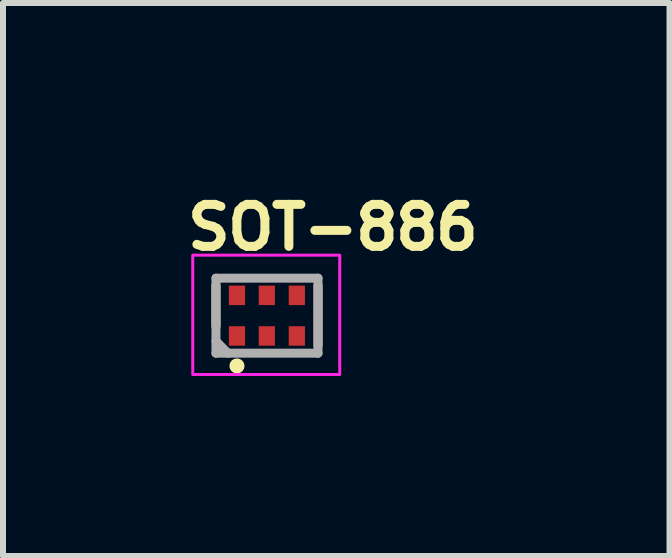
<source format=kicad_pcb>
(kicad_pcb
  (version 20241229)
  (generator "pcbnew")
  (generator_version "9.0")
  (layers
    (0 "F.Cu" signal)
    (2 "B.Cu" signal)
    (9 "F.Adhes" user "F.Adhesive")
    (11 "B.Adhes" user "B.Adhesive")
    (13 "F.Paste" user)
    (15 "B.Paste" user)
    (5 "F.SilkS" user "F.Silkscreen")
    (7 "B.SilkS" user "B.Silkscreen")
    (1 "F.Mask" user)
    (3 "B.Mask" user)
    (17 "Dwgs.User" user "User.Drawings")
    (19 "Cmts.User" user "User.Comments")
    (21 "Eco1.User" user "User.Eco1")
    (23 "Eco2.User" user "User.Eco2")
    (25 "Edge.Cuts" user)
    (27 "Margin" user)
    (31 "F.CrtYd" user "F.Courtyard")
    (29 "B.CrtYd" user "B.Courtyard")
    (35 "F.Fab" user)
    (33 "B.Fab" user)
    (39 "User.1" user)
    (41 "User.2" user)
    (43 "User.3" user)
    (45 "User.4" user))
  (footprint "SOT-886"
    (layer "F.Cu")
    (at 1.393 2.203)
    (property "Reference" "SOT-886" (at -1.393 -1.053 0) (layer "F.SilkS") (effects (font (size 0.7 0.7) (thickness 0.15)) (justify left bottom)))
    (attr smd)
    (fp_line (start -0.843 -0.491) (end -0.843 0.183) (stroke (width 0.15) (type solid)) (layer "F.SilkS"))
    (fp_line (start 0.858 -0.491) (end 0.858 0.509) (stroke (width 0.15) (type solid)) (layer "F.SilkS"))
    (fp_circle (center -0.493 0.847) (end -0.443 0.847) (stroke (width 0.15) (type solid)) (fill yes) (layer "F.SilkS"))
    (fp_rect (start -1.23 -1) (end 1.22 0.99) (stroke (width 0.05) (type solid)) (fill no) (layer "F.CrtYd"))
    (fp_line (start -0.843 -0.616) (end -0.843 0.634) (stroke (width 0.15) (type solid)) (layer "F.Fab"))
    (fp_line (start -0.843 -0.616) (end 0.858 -0.616) (stroke (width 0.15) (type solid)) (layer "F.Fab"))
    (fp_line (start -0.843 0.434) (end -0.644 0.634) (stroke (width 0.15) (type solid)) (layer "F.Fab"))
    (fp_line (start 0.858 -0.616) (end 0.858 0.634) (stroke (width 0.15) (type solid)) (layer "F.Fab"))
    (fp_line (start 0.858 0.634) (end -0.843 0.634) (stroke (width 0.15) (type solid)) (layer "F.Fab"))
    (fp_rect (start -0.726 -0.5) (end 0.725 0.499) (stroke (width 0.1) (type solid)) (fill no) (layer "User.5"))
    (fp_line (start -0.726 -0.499) (end 0.725 -0.499) (stroke (width 0.02) (type solid)) (layer "User.9"))
    (fp_line (start -0.726 -0.39) (end -0.726 -0.39) (stroke (width 0.02) (type solid)) (layer "User.9"))
    (fp_line (start -0.726 -0.39) (end -0.726 -0.193) (stroke (width 0.02) (type solid)) (layer "User.9"))
    (fp_line (start -0.726 -0.193) (end -0.726 -0.193) (stroke (width 0.02) (type solid)) (layer "User.9"))
    (fp_line (start -0.726 0.193) (end -0.726 0.193) (stroke (width 0.02) (type solid)) (layer "User.9"))
    (fp_line (start -0.726 0.193) (end -0.726 0.39) (stroke (width 0.02) (type solid)) (layer "User.9"))
    (fp_line (start -0.726 0.39) (end -0.726 0.39) (stroke (width 0.02) (type solid)) (layer "User.9"))
    (fp_line (start -0.726 0.499) (end -0.726 -0.499) (stroke (width 0.02) (type solid)) (layer "User.9"))
    (fp_line (start -0.615 -0.5) (end -0.615 -0.499) (stroke (width 0.02) (type solid)) (layer "User.9"))
    (fp_line (start -0.615 0.499) (end -0.615 0.499) (stroke (width 0.02) (type solid)) (layer "User.9"))
    (fp_line (start -0.383 -0.5) (end -0.615 -0.5) (stroke (width 0.02) (type solid)) (layer "User.9"))
    (fp_line (start -0.383 -0.5) (end -0.383 -0.499) (stroke (width 0.02) (type solid)) (layer "User.9"))
    (fp_line (start -0.383 0.499) (end -0.615 0.499) (stroke (width 0.02) (type solid)) (layer "User.9"))
    (fp_line (start -0.383 0.499) (end -0.383 0.499) (stroke (width 0.02) (type solid)) (layer "User.9"))
    (fp_line (start -0.197 -0.28) (end -0.197 -0.28) (stroke (width 0.02) (type solid)) (layer "User.9"))
    (fp_line (start -0.197 -0.28) (end -0.197 -0.279) (stroke (width 0.02) (type solid)) (layer "User.9"))
    (fp_line (start -0.197 -0.279) (end -0.197 -0.279) (stroke (width 0.02) (type solid)) (layer "User.9"))
    (fp_line (start -0.197 -0.279) (end -0.197 -0.279) (stroke (width 0.02) (type solid)) (layer "User.9"))
    (fp_line (start -0.197 -0.279) (end -0.197 -0.278) (stroke (width 0.02) (type solid)) (layer "User.9"))
    (fp_line (start -0.197 -0.278) (end -0.197 -0.278) (stroke (width 0.02) (type solid)) (layer "User.9"))
    (fp_line (start -0.197 -0.278) (end -0.197 -0.278) (stroke (width 0.02) (type solid)) (layer "User.9"))
    (fp_line (start -0.197 -0.278) (end -0.197 -0.278) (stroke (width 0.02) (type solid)) (layer "User.9"))
    (fp_line (start -0.197 -0.278) (end -0.197 -0.278) (stroke (width 0.02) (type solid)) (layer "User.9"))
    (fp_line (start -0.197 -0.278) (end -0.197 -0.278) (stroke (width 0.02) (type solid)) (layer "User.9"))
    (fp_line (start -0.197 -0.278) (end -0.197 -0.278) (stroke (width 0.02) (type solid)) (layer "User.9"))
    (fp_line (start -0.197 -0.278) (end -0.197 -0.278) (stroke (width 0.02) (type solid)) (layer "User.9"))
    (fp_line (start -0.197 -0.278) (end -0.197 -0.277) (stroke (width 0.02) (type solid)) (layer "User.9"))
    (fp_line (start -0.197 -0.277) (end -0.197 -0.278) (stroke (width 0.02) (type solid)) (layer "User.9"))
    (fp_line (start -0.197 -0.277) (end -0.197 -0.277) (stroke (width 0.02) (type solid)) (layer "User.9"))
    (fp_line (start -0.197 -0.277) (end -0.197 -0.277) (stroke (width 0.02) (type solid)) (layer "User.9"))
    (fp_line (start -0.197 -0.277) (end -0.197 -0.277) (stroke (width 0.02) (type solid)) (layer "User.9"))
    (fp_line (start -0.197 -0.277) (end -0.197 -0.277) (stroke (width 0.02) (type solid)) (layer "User.9"))
    (fp_line (start -0.197 -0.277) (end -0.197 -0.277) (stroke (width 0.02) (type solid)) (layer "User.9"))
    (fp_line (start -0.197 -0.277) (end -0.197 -0.277) (stroke (width 0.02) (type solid)) (layer "User.9"))
    (fp_line (start -0.197 -0.277) (end -0.196 -0.276) (stroke (width 0.02) (type solid)) (layer "User.9"))
    (fp_line (start -0.197 0.166) (end -0.196 0.166) (stroke (width 0.02) (type solid)) (layer "User.9"))
    (fp_line (start -0.197 0.167) (end -0.197 0.166) (stroke (width 0.02) (type solid)) (layer "User.9"))
    (fp_line (start -0.197 0.167) (end -0.197 0.167) (stroke (width 0.02) (type solid)) (layer "User.9"))
    (fp_line (start -0.197 0.167) (end -0.197 0.167) (stroke (width 0.02) (type solid)) (layer "User.9"))
    (fp_line (start -0.197 0.167) (end -0.197 0.167) (stroke (width 0.02) (type solid)) (layer "User.9"))
    (fp_line (start -0.197 0.167) (end -0.197 0.167) (stroke (width 0.02) (type solid)) (layer "User.9"))
    (fp_line (start -0.197 0.167) (end -0.197 0.167) (stroke (width 0.02) (type solid)) (layer "User.9"))
    (fp_line (start -0.197 0.167) (end -0.197 0.167) (stroke (width 0.02) (type solid)) (layer "User.9"))
    (fp_line (start -0.197 0.167) (end -0.197 0.167) (stroke (width 0.02) (type solid)) (layer "User.9"))
    (fp_line (start -0.197 0.167) (end -0.197 0.168) (stroke (width 0.02) (type solid)) (layer "User.9"))
    (fp_line (start -0.197 0.168) (end -0.197 0.167) (stroke (width 0.02) (type solid)) (layer "User.9"))
    (fp_line (start -0.197 0.168) (end -0.197 0.168) (stroke (width 0.02) (type solid)) (layer "User.9"))
    (fp_line (start -0.197 0.168) (end -0.197 0.168) (stroke (width 0.02) (type solid)) (layer "User.9"))
    (fp_line (start -0.197 0.168) (end -0.197 0.168) (stroke (width 0.02) (type solid)) (layer "User.9"))
    (fp_line (start -0.197 0.168) (end -0.197 0.168) (stroke (width 0.02) (type solid)) (layer "User.9"))
    (fp_line (start -0.197 0.168) (end -0.197 0.168) (stroke (width 0.02) (type solid)) (layer "User.9"))
    (fp_line (start -0.197 0.168) (end -0.197 0.168) (stroke (width 0.02) (type solid)) (layer "User.9"))
    (fp_line (start -0.197 0.168) (end -0.197 0.169) (stroke (width 0.02) (type solid)) (layer "User.9"))
    (fp_line (start -0.197 0.169) (end -0.197 0.169) (stroke (width 0.02) (type solid)) (layer "User.9"))
    (fp_line (start -0.197 0.169) (end -0.197 0.169) (stroke (width 0.02) (type solid)) (layer "User.9"))
    (fp_line (start -0.197 0.169) (end -0.197 0.17) (stroke (width 0.02) (type solid)) (layer "User.9"))
    (fp_line (start -0.197 0.17) (end -0.196 0.17) (stroke (width 0.02) (type solid)) (layer "User.9"))
    (fp_line (start -0.196 -0.282) (end -0.196 -0.282) (stroke (width 0.02) (type solid)) (layer "User.9"))
    (fp_line (start -0.196 -0.282) (end -0.196 -0.282) (stroke (width 0.02) (type solid)) (layer "User.9"))
    (fp_line (start -0.196 -0.282) (end -0.196 -0.281) (stroke (width 0.02) (type solid)) (layer "User.9"))
    (fp_line (start -0.196 -0.281) (end -0.196 -0.281) (stroke (width 0.02) (type solid)) (layer "User.9"))
    (fp_line (start -0.196 -0.281) (end -0.196 -0.281) (stroke (width 0.02) (type solid)) (layer "User.9"))
    (fp_line (start -0.196 -0.281) (end -0.196 -0.28) (stroke (width 0.02) (type solid)) (layer "User.9"))
    (fp_line (start -0.196 -0.28) (end -0.197 -0.28) (stroke (width 0.02) (type solid)) (layer "User.9"))
    (fp_line (start -0.196 -0.276) (end -0.197 -0.277) (stroke (width 0.02) (type solid)) (layer "User.9"))
    (fp_line (start -0.196 -0.276) (end -0.196 -0.276) (stroke (width 0.02) (type solid)) (layer "User.9"))
    (fp_line (start -0.196 -0.276) (end -0.196 -0.276) (stroke (width 0.02) (type solid)) (layer "User.9"))
    (fp_line (start -0.196 -0.276) (end -0.196 -0.276) (stroke (width 0.02) (type solid)) (layer "User.9"))
    (fp_line (start -0.196 -0.276) (end -0.196 -0.276) (stroke (width 0.02) (type solid)) (layer "User.9"))
    (fp_line (start -0.196 -0.276) (end -0.196 -0.276) (stroke (width 0.02) (type solid)) (layer "User.9"))
    (fp_line (start -0.196 -0.276) (end -0.196 -0.276) (stroke (width 0.02) (type solid)) (layer "User.9"))
    (fp_line (start -0.196 -0.276) (end -0.196 -0.276) (stroke (width 0.02) (type solid)) (layer "User.9"))
    (fp_line (start -0.196 -0.276) (end -0.196 -0.276) (stroke (width 0.02) (type solid)) (layer "User.9"))
    (fp_line (start -0.196 -0.276) (end -0.196 -0.275) (stroke (width 0.02) (type solid)) (layer "User.9"))
    (fp_line (start -0.196 -0.275) (end -0.196 -0.276) (stroke (width 0.02) (type solid)) (layer "User.9"))
    (fp_line (start -0.196 -0.275) (end -0.196 -0.275) (stroke (width 0.02) (type solid)) (layer "User.9"))
    (fp_line (start -0.196 -0.275) (end -0.196 -0.275) (stroke (width 0.02) (type solid)) (layer "User.9"))
    (fp_line (start -0.196 -0.275) (end -0.195 -0.274) (stroke (width 0.02) (type solid)) (layer "User.9"))
    (fp_line (start -0.196 0.164) (end -0.196 0.165) (stroke (width 0.02) (type solid)) (layer "User.9"))
    (fp_line (start -0.196 0.165) (end -0.196 0.165) (stroke (width 0.02) (type solid)) (layer "User.9"))
    (fp_line (start -0.196 0.165) (end -0.196 0.165) (stroke (width 0.02) (type solid)) (layer "User.9"))
    (fp_line (start -0.196 0.165) (end -0.196 0.165) (stroke (width 0.02) (type solid)) (layer "User.9"))
    (fp_line (start -0.196 0.165) (end -0.196 0.166) (stroke (width 0.02) (type solid)) (layer "User.9"))
    (fp_line (start -0.196 0.165) (end -0.082 -0.056) (stroke (width 0.02) (type solid)) (layer "User.9"))
    (fp_line (start -0.196 0.166) (end -0.197 0.167) (stroke (width 0.02) (type solid)) (layer "User.9"))
    (fp_line (start -0.196 0.166) (end -0.196 0.165) (stroke (width 0.02) (type solid)) (layer "User.9"))
    (fp_line (start -0.196 0.166) (end -0.196 0.166) (stroke (width 0.02) (type solid)) (layer "User.9"))
    (fp_line (start -0.196 0.166) (end -0.196 0.166) (stroke (width 0.02) (type solid)) (layer "User.9"))
    (fp_line (start -0.196 0.166) (end -0.196 0.166) (stroke (width 0.02) (type solid)) (layer "User.9"))
    (fp_line (start -0.196 0.166) (end -0.196 0.166) (stroke (width 0.02) (type solid)) (layer "User.9"))
    (fp_line (start -0.196 0.166) (end -0.196 0.166) (stroke (width 0.02) (type solid)) (layer "User.9"))
    (fp_line (start -0.196 0.166) (end -0.196 0.166) (stroke (width 0.02) (type solid)) (layer "User.9"))
    (fp_line (start -0.196 0.17) (end -0.196 0.17) (stroke (width 0.02) (type solid)) (layer "User.9"))
    (fp_line (start -0.196 0.17) (end -0.196 0.171) (stroke (width 0.02) (type solid)) (layer "User.9"))
    (fp_line (start -0.196 0.171) (end -0.196 0.171) (stroke (width 0.02) (type solid)) (layer "User.9"))
    (fp_line (start -0.196 0.171) (end -0.196 0.171) (stroke (width 0.02) (type solid)) (layer "User.9"))
    (fp_line (start -0.196 0.171) (end -0.196 0.171) (stroke (width 0.02) (type solid)) (layer "User.9"))
    (fp_line (start -0.196 0.171) (end -0.196 0.171) (stroke (width 0.02) (type solid)) (layer "User.9"))
    (fp_line (start -0.196 0.171) (end -0.195 0.171) (stroke (width 0.02) (type solid)) (layer "User.9"))
    (fp_line (start -0.195 -0.283) (end -0.195 -0.283) (stroke (width 0.02) (type solid)) (layer "User.9"))
    (fp_line (start -0.195 -0.283) (end -0.195 -0.283) (stroke (width 0.02) (type solid)) (layer "User.9"))
    (fp_line (start -0.195 -0.283) (end -0.195 -0.283) (stroke (width 0.02) (type solid)) (layer "User.9"))
    (fp_line (start -0.195 -0.283) (end -0.195 -0.282) (stroke (width 0.02) (type solid)) (layer "User.9"))
    (fp_line (start -0.195 -0.282) (end -0.196 -0.282) (stroke (width 0.02) (type solid)) (layer "User.9"))
    (fp_line (start -0.195 -0.274) (end -0.195 -0.274) (stroke (width 0.02) (type solid)) (layer "User.9"))
    (fp_line (start -0.195 -0.274) (end -0.195 -0.274) (stroke (width 0.02) (type solid)) (layer "User.9"))
    (fp_line (start -0.195 -0.274) (end -0.195 -0.274) (stroke (width 0.02) (type solid)) (layer "User.9"))
    (fp_line (start -0.195 -0.274) (end -0.195 -0.274) (stroke (width 0.02) (type solid)) (layer "User.9"))
    (fp_line (start -0.195 -0.274) (end -0.194 -0.273) (stroke (width 0.02) (type solid)) (layer "User.9"))
    (fp_line (start -0.195 0.163) (end -0.195 0.164) (stroke (width 0.02) (type solid)) (layer "User.9"))
    (fp_line (start -0.195 0.164) (end -0.196 0.164) (stroke (width 0.02) (type solid)) (layer "User.9"))
    (fp_line (start -0.195 0.164) (end -0.195 0.164) (stroke (width 0.02) (type solid)) (layer "User.9"))
    (fp_line (start -0.195 0.164) (end -0.195 0.164) (stroke (width 0.02) (type solid)) (layer "User.9"))
    (fp_line (start -0.195 0.164) (end -0.195 0.164) (stroke (width 0.02) (type solid)) (layer "User.9"))
    (fp_line (start -0.195 0.171) (end -0.195 0.171) (stroke (width 0.02) (type solid)) (layer "User.9"))
    (fp_line (start -0.195 0.171) (end -0.195 0.172) (stroke (width 0.02) (type solid)) (layer "User.9"))
    (fp_line (start -0.195 0.172) (end -0.195 0.172) (stroke (width 0.02) (type solid)) (layer "User.9"))
    (fp_line (start -0.195 0.172) (end -0.195 0.172) (stroke (width 0.02) (type solid)) (layer "User.9"))
    (fp_line (start -0.195 0.172) (end -0.194 0.172) (stroke (width 0.02) (type solid)) (layer "User.9"))
    (fp_line (start -0.194 -0.284) (end -0.194 -0.284) (stroke (width 0.02) (type solid)) (layer "User.9"))
    (fp_line (start -0.194 -0.284) (end -0.194 -0.284) (stroke (width 0.02) (type solid)) (layer "User.9"))
    (fp_line (start -0.194 -0.284) (end -0.194 -0.283) (stroke (width 0.02) (type solid)) (layer "User.9"))
    (fp_line (start -0.194 -0.283) (end -0.195 -0.283) (stroke (width 0.02) (type solid)) (layer "User.9"))
    (fp_line (start -0.194 -0.273) (end -0.194 -0.273) (stroke (width 0.02) (type solid)) (layer "User.9"))
    (fp_line (start -0.194 -0.273) (end -0.194 -0.273) (stroke (width 0.02) (type solid)) (layer "User.9"))
    (fp_line (start -0.194 -0.273) (end -0.194 -0.273) (stroke (width 0.02) (type solid)) (layer "User.9"))
    (fp_line (start -0.194 -0.273) (end -0.193 -0.273) (stroke (width 0.02) (type solid)) (layer "User.9"))
    (fp_line (start -0.194 0.163) (end -0.195 0.163) (stroke (width 0.02) (type solid)) (layer "User.9"))
    (fp_line (start -0.194 0.163) (end -0.194 0.163) (stroke (width 0.02) (type solid)) (layer "User.9"))
    (fp_line (start -0.194 0.163) (end -0.194 0.163) (stroke (width 0.02) (type solid)) (layer "User.9"))
    (fp_line (start -0.194 0.163) (end -0.194 0.163) (stroke (width 0.02) (type solid)) (layer "User.9"))
    (fp_line (start -0.194 0.172) (end -0.194 0.172) (stroke (width 0.02) (type solid)) (layer "User.9"))
    (fp_line (start -0.194 0.172) (end -0.194 0.173) (stroke (width 0.02) (type solid)) (layer "User.9"))
    (fp_line (start -0.194 0.173) (end -0.194 0.173) (stroke (width 0.02) (type solid)) (layer "User.9"))
    (fp_line (start -0.194 0.173) (end -0.193 0.173) (stroke (width 0.02) (type solid)) (layer "User.9"))
    (fp_line (start -0.193 -0.284) (end -0.194 -0.284) (stroke (width 0.02) (type solid)) (layer "User.9"))
    (fp_line (start -0.193 -0.284) (end -0.193 -0.284) (stroke (width 0.02) (type solid)) (layer "User.9"))
    (fp_line (start -0.193 -0.284) (end -0.193 -0.284) (stroke (width 0.02) (type solid)) (layer "User.9"))
    (fp_line (start -0.193 -0.273) (end -0.193 -0.272) (stroke (width 0.02) (type solid)) (layer "User.9"))
    (fp_line (start -0.193 -0.272) (end -0.193 -0.272) (stroke (width 0.02) (type solid)) (layer "User.9"))
    (fp_line (start -0.193 -0.272) (end -0.192 -0.272) (stroke (width 0.02) (type solid)) (layer "User.9"))
    (fp_line (start -0.193 0.162) (end -0.194 0.163) (stroke (width 0.02) (type solid)) (layer "User.9"))
    (fp_line (start -0.193 0.162) (end -0.193 0.162) (stroke (width 0.02) (type solid)) (layer "User.9"))
    (fp_line (start -0.193 0.162) (end -0.193 0.162) (stroke (width 0.02) (type solid)) (layer "User.9"))
    (fp_line (start -0.193 0.173) (end -0.193 0.173) (stroke (width 0.02) (type solid)) (layer "User.9"))
    (fp_line (start -0.193 0.173) (end -0.193 0.173) (stroke (width 0.02) (type solid)) (layer "User.9"))
    (fp_line (start -0.193 0.173) (end -0.192 0.173) (stroke (width 0.02) (type solid)) (layer "User.9"))
    (fp_line (start -0.192 -0.285) (end -0.193 -0.284) (stroke (width 0.02) (type solid)) (layer "User.9"))
    (fp_line (start -0.192 -0.285) (end -0.192 -0.285) (stroke (width 0.02) (type solid)) (layer "User.9"))
    (fp_line (start -0.192 -0.285) (end -0.192 -0.285) (stroke (width 0.02) (type solid)) (layer "User.9"))
    (fp_line (start -0.192 -0.285) (end -0.192 -0.285) (stroke (width 0.02) (type solid)) (layer "User.9"))
    (fp_line (start -0.192 -0.272) (end -0.192 -0.272) (stroke (width 0.02) (type solid)) (layer "User.9"))
    (fp_line (start -0.192 -0.272) (end -0.192 -0.272) (stroke (width 0.02) (type solid)) (layer "User.9"))
    (fp_line (start -0.192 -0.272) (end -0.192 -0.272) (stroke (width 0.02) (type solid)) (layer "User.9"))
    (fp_line (start -0.192 -0.272) (end -0.191 -0.272) (stroke (width 0.02) (type solid)) (layer "User.9"))
    (fp_line (start -0.192 0.162) (end -0.193 0.162) (stroke (width 0.02) (type solid)) (layer "User.9"))
    (fp_line (start -0.192 0.162) (end -0.192 0.162) (stroke (width 0.02) (type solid)) (layer "User.9"))
    (fp_line (start -0.192 0.162) (end -0.192 0.162) (stroke (width 0.02) (type solid)) (layer "User.9"))
    (fp_line (start -0.192 0.162) (end -0.192 0.162) (stroke (width 0.02) (type solid)) (layer "User.9"))
    (fp_line (start -0.192 0.173) (end -0.192 0.173) (stroke (width 0.02) (type solid)) (layer "User.9"))
    (fp_line (start -0.192 0.173) (end -0.192 0.173) (stroke (width 0.02) (type solid)) (layer "User.9"))
    (fp_line (start -0.192 0.173) (end -0.192 0.174) (stroke (width 0.02) (type solid)) (layer "User.9"))
    (fp_line (start -0.192 0.174) (end -0.191 0.174) (stroke (width 0.02) (type solid)) (layer "User.9"))
    (fp_line (start -0.191 -0.285) (end -0.192 -0.285) (stroke (width 0.02) (type solid)) (layer "User.9"))
    (fp_line (start -0.191 -0.285) (end -0.191 -0.285) (stroke (width 0.02) (type solid)) (layer "User.9"))
    (fp_line (start -0.191 -0.285) (end -0.191 -0.285) (stroke (width 0.02) (type solid)) (layer "User.9"))
    (fp_line (start -0.191 -0.272) (end -0.191 -0.272) (stroke (width 0.02) (type solid)) (layer "User.9"))
    (fp_line (start -0.191 -0.272) (end -0.191 -0.272) (stroke (width 0.02) (type solid)) (layer "User.9"))
    (fp_line (start -0.191 -0.272) (end -0.19 -0.272) (stroke (width 0.02) (type solid)) (layer "User.9"))
    (fp_line (start -0.191 0.162) (end -0.192 0.162) (stroke (width 0.02) (type solid)) (layer "User.9"))
    (fp_line (start -0.191 0.162) (end -0.191 0.162) (stroke (width 0.02) (type solid)) (layer "User.9"))
    (fp_line (start -0.191 0.162) (end -0.191 0.162) (stroke (width 0.02) (type solid)) (layer "User.9"))
    (fp_line (start -0.191 0.174) (end -0.191 0.174) (stroke (width 0.02) (type solid)) (layer "User.9"))
    (fp_line (start -0.191 0.174) (end -0.191 0.174) (stroke (width 0.02) (type solid)) (layer "User.9"))
    (fp_line (start -0.191 0.174) (end -0.19 0.174) (stroke (width 0.02) (type solid)) (layer "User.9"))
    (fp_line (start -0.19 -0.285) (end -0.191 -0.285) (stroke (width 0.02) (type solid)) (layer "User.9"))
    (fp_line (start -0.19 -0.285) (end -0.19 -0.285) (stroke (width 0.02) (type solid)) (layer "User.9"))
    (fp_line (start -0.19 -0.285) (end -0.19 -0.285) (stroke (width 0.02) (type solid)) (layer "User.9"))
    (fp_line (start -0.19 -0.285) (end -0.19 -0.285) (stroke (width 0.02) (type solid)) (layer "User.9"))
    (fp_line (start -0.19 -0.285) (end -0.13 -0.285) (stroke (width 0.02) (type solid)) (layer "User.9"))
    (fp_line (start -0.19 -0.272) (end -0.19 -0.272) (stroke (width 0.02) (type solid)) (layer "User.9"))
    (fp_line (start -0.19 -0.272) (end -0.19 -0.272) (stroke (width 0.02) (type solid)) (layer "User.9"))
    (fp_line (start -0.19 -0.272) (end -0.19 -0.272) (stroke (width 0.02) (type solid)) (layer "User.9"))
    (fp_line (start -0.19 -0.272) (end -0.189 -0.272) (stroke (width 0.02) (type solid)) (layer "User.9"))
    (fp_line (start -0.19 0.162) (end -0.191 0.162) (stroke (width 0.02) (type solid)) (layer "User.9"))
    (fp_line (start -0.19 0.162) (end -0.19 0.162) (stroke (width 0.02) (type solid)) (layer "User.9"))
    (fp_line (start -0.19 0.162) (end -0.19 0.162) (stroke (width 0.02) (type solid)) (layer "User.9"))
    (fp_line (start -0.19 0.162) (end -0.19 0.162) (stroke (width 0.02) (type solid)) (layer "User.9"))
    (fp_line (start -0.19 0.174) (end -0.19 0.174) (stroke (width 0.02) (type solid)) (layer "User.9"))
    (fp_line (start -0.19 0.174) (end -0.19 0.174) (stroke (width 0.02) (type solid)) (layer "User.9"))
    (fp_line (start -0.19 0.174) (end -0.19 0.174) (stroke (width 0.02) (type solid)) (layer "User.9"))
    (fp_line (start -0.19 0.174) (end -0.189 0.174) (stroke (width 0.02) (type solid)) (layer "User.9"))
    (fp_line (start -0.189 -0.285) (end -0.19 -0.285) (stroke (width 0.02) (type solid)) (layer "User.9"))
    (fp_line (start -0.189 -0.285) (end -0.189 -0.285) (stroke (width 0.02) (type solid)) (layer "User.9"))
    (fp_line (start -0.189 -0.285) (end -0.189 -0.285) (stroke (width 0.02) (type solid)) (layer "User.9"))
    (fp_line (start -0.189 -0.272) (end -0.189 -0.272) (stroke (width 0.02) (type solid)) (layer "User.9"))
    (fp_line (start -0.189 -0.272) (end -0.189 -0.272) (stroke (width 0.02) (type solid)) (layer "User.9"))
    (fp_line (start -0.189 -0.272) (end -0.188 -0.272) (stroke (width 0.02) (type solid)) (layer "User.9"))
    (fp_line (start -0.189 0.162) (end -0.19 0.162) (stroke (width 0.02) (type solid)) (layer "User.9"))
    (fp_line (start -0.189 0.162) (end -0.189 0.162) (stroke (width 0.02) (type solid)) (layer "User.9"))
    (fp_line (start -0.189 0.162) (end -0.189 0.162) (stroke (width 0.02) (type solid)) (layer "User.9"))
    (fp_line (start -0.189 0.173) (end -0.188 0.173) (stroke (width 0.02) (type solid)) (layer "User.9"))
    (fp_line (start -0.189 0.174) (end -0.189 0.173) (stroke (width 0.02) (type solid)) (layer "User.9"))
    (fp_line (start -0.189 0.174) (end -0.189 0.174) (stroke (width 0.02) (type solid)) (layer "User.9"))
    (fp_line (start -0.188 -0.285) (end -0.189 -0.285) (stroke (width 0.02) (type solid)) (layer "User.9"))
    (fp_line (start -0.188 -0.285) (end -0.188 -0.285) (stroke (width 0.02) (type solid)) (layer "User.9"))
    (fp_line (start -0.188 -0.284) (end -0.188 -0.285) (stroke (width 0.02) (type solid)) (layer "User.9"))
    (fp_line (start -0.188 -0.272) (end -0.188 -0.272) (stroke (width 0.02) (type solid)) (layer "User.9"))
    (fp_line (start -0.188 -0.272) (end -0.188 -0.272) (stroke (width 0.02) (type solid)) (layer "User.9"))
    (fp_line (start -0.188 -0.272) (end -0.187 -0.272) (stroke (width 0.02) (type solid)) (layer "User.9"))
    (fp_line (start -0.188 0.162) (end -0.189 0.162) (stroke (width 0.02) (type solid)) (layer "User.9"))
    (fp_line (start -0.188 0.162) (end -0.188 0.162) (stroke (width 0.02) (type solid)) (layer "User.9"))
    (fp_line (start -0.188 0.162) (end -0.188 0.162) (stroke (width 0.02) (type solid)) (layer "User.9"))
    (fp_line (start -0.188 0.173) (end -0.188 0.173) (stroke (width 0.02) (type solid)) (layer "User.9"))
    (fp_line (start -0.188 0.173) (end -0.188 0.173) (stroke (width 0.02) (type solid)) (layer "User.9"))
    (fp_line (start -0.188 0.173) (end -0.187 0.173) (stroke (width 0.02) (type solid)) (layer "User.9"))
    (fp_line (start -0.187 -0.284) (end -0.188 -0.284) (stroke (width 0.02) (type solid)) (layer "User.9"))
    (fp_line (start -0.187 -0.284) (end -0.187 -0.284) (stroke (width 0.02) (type solid)) (layer "User.9"))
    (fp_line (start -0.187 -0.284) (end -0.187 -0.284) (stroke (width 0.02) (type solid)) (layer "User.9"))
    (fp_line (start -0.187 -0.284) (end -0.187 -0.284) (stroke (width 0.02) (type solid)) (layer "User.9"))
    (fp_line (start -0.187 -0.273) (end -0.187 -0.273) (stroke (width 0.02) (type solid)) (layer "User.9"))
    (fp_line (start -0.187 -0.273) (end -0.187 -0.273) (stroke (width 0.02) (type solid)) (layer "User.9"))
    (fp_line (start -0.187 -0.273) (end -0.186 -0.273) (stroke (width 0.02) (type solid)) (layer "User.9"))
    (fp_line (start -0.187 -0.272) (end -0.187 -0.273) (stroke (width 0.02) (type solid)) (layer "User.9"))
    (fp_line (start -0.187 0.162) (end -0.188 0.162) (stroke (width 0.02) (type solid)) (layer "User.9"))
    (fp_line (start -0.187 0.162) (end -0.187 0.162) (stroke (width 0.02) (type solid)) (layer "User.9"))
    (fp_line (start -0.187 0.163) (end -0.187 0.162) (stroke (width 0.02) (type solid)) (layer "User.9"))
    (fp_line (start -0.187 0.163) (end -0.187 0.163) (stroke (width 0.02) (type solid)) (layer "User.9"))
    (fp_line (start -0.187 0.173) (end -0.187 0.173) (stroke (width 0.02) (type solid)) (layer "User.9"))
    (fp_line (start -0.187 0.173) (end -0.187 0.173) (stroke (width 0.02) (type solid)) (layer "User.9"))
    (fp_line (start -0.187 0.173) (end -0.187 0.173) (stroke (width 0.02) (type solid)) (layer "User.9"))
    (fp_line (start -0.187 0.173) (end -0.186 0.172) (stroke (width 0.02) (type solid)) (layer "User.9"))
    (fp_line (start -0.186 -0.284) (end -0.187 -0.284) (stroke (width 0.02) (type solid)) (layer "User.9"))
    (fp_line (start -0.186 -0.283) (end -0.186 -0.284) (stroke (width 0.02) (type solid)) (layer "User.9"))
    (fp_line (start -0.186 -0.283) (end -0.186 -0.283) (stroke (width 0.02) (type solid)) (layer "User.9"))
    (fp_line (start -0.186 -0.283) (end -0.186 -0.283) (stroke (width 0.02) (type solid)) (layer "User.9"))
    (fp_line (start -0.186 -0.274) (end -0.186 -0.274) (stroke (width 0.02) (type solid)) (layer "User.9"))
    (fp_line (start -0.186 -0.274) (end -0.185 -0.274) (stroke (width 0.02) (type solid)) (layer "User.9"))
    (fp_line (start -0.186 -0.273) (end -0.186 -0.274) (stroke (width 0.02) (type solid)) (layer "User.9"))
    (fp_line (start -0.186 -0.273) (end -0.186 -0.273) (stroke (width 0.02) (type solid)) (layer "User.9"))
    (fp_line (start -0.186 0.163) (end -0.187 0.163) (stroke (width 0.02) (type solid)) (layer "User.9"))
    (fp_line (start -0.186 0.163) (end -0.186 0.163) (stroke (width 0.02) (type solid)) (layer "User.9"))
    (fp_line (start -0.186 0.163) (end -0.186 0.163) (stroke (width 0.02) (type solid)) (layer "User.9"))
    (fp_line (start -0.186 0.164) (end -0.186 0.163) (stroke (width 0.02) (type solid)) (layer "User.9"))
    (fp_line (start -0.186 0.172) (end -0.186 0.172) (stroke (width 0.02) (type solid)) (layer "User.9"))
    (fp_line (start -0.186 0.172) (end -0.186 0.172) (stroke (width 0.02) (type solid)) (layer "User.9"))
    (fp_line (start -0.186 0.172) (end -0.186 0.172) (stroke (width 0.02) (type solid)) (layer "User.9"))
    (fp_line (start -0.186 0.172) (end -0.185 0.172) (stroke (width 0.02) (type solid)) (layer "User.9"))
    (fp_line (start -0.185 -0.283) (end -0.186 -0.283) (stroke (width 0.02) (type solid)) (layer "User.9"))
    (fp_line (start -0.185 -0.283) (end -0.185 -0.283) (stroke (width 0.02) (type solid)) (layer "User.9"))
    (fp_line (start -0.185 -0.282) (end -0.185 -0.283) (stroke (width 0.02) (type solid)) (layer "User.9"))
    (fp_line (start -0.185 -0.282) (end -0.185 -0.282) (stroke (width 0.02) (type solid)) (layer "User.9"))
    (fp_line (start -0.185 -0.282) (end -0.185 -0.282) (stroke (width 0.02) (type solid)) (layer "User.9"))
    (fp_line (start -0.185 -0.275) (end -0.185 -0.275) (stroke (width 0.02) (type solid)) (layer "User.9"))
    (fp_line (start -0.185 -0.275) (end -0.184 -0.275) (stroke (width 0.02) (type solid)) (layer "User.9"))
    (fp_line (start -0.185 -0.274) (end -0.185 -0.275) (stroke (width 0.02) (type solid)) (layer "User.9"))
    (fp_line (start -0.185 -0.274) (end -0.185 -0.274) (stroke (width 0.02) (type solid)) (layer "User.9"))
    (fp_line (start -0.185 -0.274) (end -0.185 -0.274) (stroke (width 0.02) (type solid)) (layer "User.9"))
    (fp_line (start -0.185 0.164) (end -0.186 0.164) (stroke (width 0.02) (type solid)) (layer "User.9"))
    (fp_line (start -0.185 0.164) (end -0.185 0.164) (stroke (width 0.02) (type solid)) (layer "User.9"))
    (fp_line (start -0.185 0.164) (end -0.185 0.164) (stroke (width 0.02) (type solid)) (layer "User.9"))
    (fp_line (start -0.185 0.164) (end -0.185 0.164) (stroke (width 0.02) (type solid)) (layer "User.9"))
    (fp_line (start -0.185 0.165) (end -0.185 0.164) (stroke (width 0.02) (type solid)) (layer "User.9"))
    (fp_line (start -0.185 0.171) (end -0.185 0.171) (stroke (width 0.02) (type solid)) (layer "User.9"))
    (fp_line (start -0.185 0.171) (end -0.185 0.171) (stroke (width 0.02) (type solid)) (layer "User.9"))
    (fp_line (start -0.185 0.171) (end -0.185 0.171) (stroke (width 0.02) (type solid)) (layer "User.9"))
    (fp_line (start -0.185 0.171) (end -0.184 0.171) (stroke (width 0.02) (type solid)) (layer "User.9"))
    (fp_line (start -0.185 0.172) (end -0.185 0.171) (stroke (width 0.02) (type solid)) (layer "User.9"))
    (fp_line (start -0.184 -0.282) (end -0.185 -0.282) (stroke (width 0.02) (type solid)) (layer "User.9"))
    (fp_line (start -0.184 -0.281) (end -0.184 -0.282) (stroke (width 0.02) (type solid)) (layer "User.9"))
    (fp_line (start -0.184 -0.281) (end -0.184 -0.281) (stroke (width 0.02) (type solid)) (layer "User.9"))
    (fp_line (start -0.184 -0.281) (end -0.184 -0.281) (stroke (width 0.02) (type solid)) (layer "User.9"))
    (fp_line (start -0.184 -0.28) (end -0.184 -0.281) (stroke (width 0.02) (type solid)) (layer "User.9"))
    (fp_line (start -0.184 -0.28) (end -0.184 -0.28) (stroke (width 0.02) (type solid)) (layer "User.9"))
    (fp_line (start -0.184 -0.28) (end -0.184 -0.28) (stroke (width 0.02) (type solid)) (layer "User.9"))
    (fp_line (start -0.184 -0.279) (end -0.184 -0.28) (stroke (width 0.02) (type solid)) (layer "User.9"))
    (fp_line (start -0.184 -0.279) (end -0.184 -0.279) (stroke (width 0.02) (type solid)) (layer "User.9"))
    (fp_line (start -0.184 -0.279) (end -0.184 -0.279) (stroke (width 0.02) (type solid)) (layer "User.9"))
    (fp_line (start -0.184 -0.278) (end -0.184 -0.279) (stroke (width 0.02) (type solid)) (layer "User.9"))
    (fp_line (start -0.184 -0.278) (end -0.184 -0.278) (stroke (width 0.02) (type solid)) (layer "User.9"))
    (fp_line (start -0.184 -0.278) (end -0.184 -0.278) (stroke (width 0.02) (type solid)) (layer "User.9"))
    (fp_line (start -0.184 -0.278) (end -0.184 -0.278) (stroke (width 0.02) (type solid)) (layer "User.9"))
    (fp_line (start -0.184 -0.278) (end -0.184 -0.278) (stroke (width 0.02) (type solid)) (layer "User.9"))
    (fp_line (start -0.184 -0.277) (end -0.184 -0.278) (stroke (width 0.02) (type solid)) (layer "User.9"))
    (fp_line (start -0.184 -0.277) (end -0.184 -0.277) (stroke (width 0.02) (type solid)) (layer "User.9"))
    (fp_line (start -0.184 -0.277) (end -0.184 -0.277) (stroke (width 0.02) (type solid)) (layer "User.9"))
    (fp_line (start -0.184 -0.276) (end -0.184 -0.277) (stroke (width 0.02) (type solid)) (layer "User.9"))
    (fp_line (start -0.184 -0.276) (end -0.184 -0.276) (stroke (width 0.02) (type solid)) (layer "User.9"))
    (fp_line (start -0.184 -0.276) (end -0.184 -0.276) (stroke (width 0.02) (type solid)) (layer "User.9"))
    (fp_line (start -0.184 -0.276) (end -0.184 -0.276) (stroke (width 0.02) (type solid)) (layer "User.9"))
    (fp_line (start -0.184 -0.275) (end -0.184 -0.276) (stroke (width 0.02) (type solid)) (layer "User.9"))
    (fp_line (start -0.184 0.165) (end -0.185 0.165) (stroke (width 0.02) (type solid)) (layer "User.9"))
    (fp_line (start -0.184 0.165) (end -0.184 0.165) (stroke (width 0.02) (type solid)) (layer "User.9"))
    (fp_line (start -0.184 0.166) (end -0.184 0.165) (stroke (width 0.02) (type solid)) (layer "User.9"))
    (fp_line (start -0.184 0.166) (end -0.184 0.166) (stroke (width 0.02) (type solid)) (layer "User.9"))
    (fp_line (start -0.184 0.166) (end -0.184 0.166) (stroke (width 0.02) (type solid)) (layer "User.9"))
    (fp_line (start -0.184 0.167) (end -0.184 0.166) (stroke (width 0.02) (type solid)) (layer "User.9"))
    (fp_line (start -0.184 0.167) (end -0.184 0.167) (stroke (width 0.02) (type solid)) (layer "User.9"))
    (fp_line (start -0.184 0.167) (end -0.184 0.167) (stroke (width 0.02) (type solid)) (layer "User.9"))
    (fp_line (start -0.184 0.167) (end -0.184 0.167) (stroke (width 0.02) (type solid)) (layer "User.9"))
    (fp_line (start -0.184 0.168) (end -0.184 0.167) (stroke (width 0.02) (type solid)) (layer "User.9"))
    (fp_line (start -0.184 0.168) (end -0.184 0.168) (stroke (width 0.02) (type solid)) (layer "User.9"))
    (fp_line (start -0.184 0.168) (end -0.184 0.168) (stroke (width 0.02) (type solid)) (layer "User.9"))
    (fp_line (start -0.184 0.168) (end -0.184 0.168) (stroke (width 0.02) (type solid)) (layer "User.9"))
    (fp_line (start -0.184 0.168) (end -0.184 0.168) (stroke (width 0.02) (type solid)) (layer "User.9"))
    (fp_line (start -0.184 0.169) (end -0.184 0.168) (stroke (width 0.02) (type solid)) (layer "User.9"))
    (fp_line (start -0.184 0.169) (end -0.184 0.169) (stroke (width 0.02) (type solid)) (layer "User.9"))
    (fp_line (start -0.184 0.169) (end -0.184 0.169) (stroke (width 0.02) (type solid)) (layer "User.9"))
    (fp_line (start -0.184 0.17) (end -0.184 0.169) (stroke (width 0.02) (type solid)) (layer "User.9"))
    (fp_line (start -0.184 0.17) (end -0.184 0.17) (stroke (width 0.02) (type solid)) (layer "User.9"))
    (fp_line (start -0.184 0.17) (end -0.184 0.17) (stroke (width 0.02) (type solid)) (layer "User.9"))
    (fp_line (start -0.184 0.171) (end -0.184 0.17) (stroke (width 0.02) (type solid)) (layer "User.9"))
    (fp_line (start -0.184 0.171) (end -0.184 0.171) (stroke (width 0.02) (type solid)) (layer "User.9"))
    (fp_line (start -0.184 0.171) (end -0.184 0.171) (stroke (width 0.02) (type solid)) (layer "User.9"))
    (fp_line (start -0.148 -0.267) (end -0.148 -0.267) (stroke (width 0.02) (type solid)) (layer "User.9"))
    (fp_line (start -0.148 -0.267) (end -0.147 -0.266) (stroke (width 0.02) (type solid)) (layer "User.9"))
    (fp_line (start -0.148 0.157) (end -0.148 0.157) (stroke (width 0.02) (type solid)) (layer "User.9"))
    (fp_line (start -0.148 0.157) (end -0.147 0.157) (stroke (width 0.02) (type solid)) (layer "User.9"))
    (fp_line (start -0.147 -0.272) (end -0.147 -0.271) (stroke (width 0.02) (type solid)) (layer "User.9"))
    (fp_line (start -0.147 -0.271) (end -0.147 -0.27) (stroke (width 0.02) (type solid)) (layer "User.9"))
    (fp_line (start -0.147 -0.27) (end -0.147 -0.27) (stroke (width 0.02) (type solid)) (layer "User.9"))
    (fp_line (start -0.147 -0.27) (end -0.147 -0.269) (stroke (width 0.02) (type solid)) (layer "User.9"))
    (fp_line (start -0.147 -0.269) (end -0.147 -0.268) (stroke (width 0.02) (type solid)) (layer "User.9"))
    (fp_line (start -0.147 -0.268) (end -0.148 -0.267) (stroke (width 0.02) (type solid)) (layer "User.9"))
    (fp_line (start -0.147 -0.266) (end -0.147 -0.265) (stroke (width 0.02) (type solid)) (layer "User.9"))
    (fp_line (start -0.147 -0.265) (end -0.147 -0.264) (stroke (width 0.02) (type solid)) (layer "User.9"))
    (fp_line (start -0.147 -0.264) (end -0.147 -0.263) (stroke (width 0.02) (type solid)) (layer "User.9"))
    (fp_line (start -0.147 -0.263) (end -0.147 -0.262) (stroke (width 0.02) (type solid)) (layer "User.9"))
    (fp_line (start -0.147 -0.262) (end -0.147 -0.261) (stroke (width 0.02) (type solid)) (layer "User.9"))
    (fp_line (start -0.147 -0.261) (end -0.146 -0.261) (stroke (width 0.02) (type solid)) (layer "User.9"))
    (fp_line (start -0.147 0.15) (end -0.147 0.151) (stroke (width 0.02) (type solid)) (layer "User.9"))
    (fp_line (start -0.147 0.151) (end -0.147 0.152) (stroke (width 0.02) (type solid)) (layer "User.9"))
    (fp_line (start -0.147 0.152) (end -0.147 0.153) (stroke (width 0.02) (type solid)) (layer "User.9"))
    (fp_line (start -0.147 0.153) (end -0.147 0.155) (stroke (width 0.02) (type solid)) (layer "User.9"))
    (fp_line (start -0.147 0.155) (end -0.147 0.156) (stroke (width 0.02) (type solid)) (layer "User.9"))
    (fp_line (start -0.147 0.156) (end -0.148 0.157) (stroke (width 0.02) (type solid)) (layer "User.9"))
    (fp_line (start -0.147 0.157) (end -0.147 0.158) (stroke (width 0.02) (type solid)) (layer "User.9"))
    (fp_line (start -0.147 0.158) (end -0.147 0.159) (stroke (width 0.02) (type solid)) (layer "User.9"))
    (fp_line (start -0.147 0.159) (end -0.147 0.16) (stroke (width 0.02) (type solid)) (layer "User.9"))
    (fp_line (start -0.147 0.16) (end -0.147 0.161) (stroke (width 0.02) (type solid)) (layer "User.9"))
    (fp_line (start -0.147 0.161) (end -0.147 0.162) (stroke (width 0.02) (type solid)) (layer "User.9"))
    (fp_line (start -0.147 0.162) (end -0.146 0.163) (stroke (width 0.02) (type solid)) (layer "User.9"))
    (fp_line (start -0.146 -0.275) (end -0.146 -0.274) (stroke (width 0.02) (type solid)) (layer "User.9"))
    (fp_line (start -0.146 -0.274) (end -0.146 -0.273) (stroke (width 0.02) (type solid)) (layer "User.9"))
    (fp_line (start -0.146 -0.273) (end -0.147 -0.272) (stroke (width 0.02) (type solid)) (layer "User.9"))
    (fp_line (start -0.146 -0.261) (end -0.146 -0.26) (stroke (width 0.02) (type solid)) (layer "User.9"))
    (fp_line (start -0.146 -0.26) (end -0.146 -0.259) (stroke (width 0.02) (type solid)) (layer "User.9"))
    (fp_line (start -0.146 -0.259) (end -0.145 -0.258) (stroke (width 0.02) (type solid)) (layer "User.9"))
    (fp_line (start -0.146 0.148) (end -0.146 0.148) (stroke (width 0.02) (type solid)) (layer "User.9"))
    (fp_line (start -0.146 0.148) (end -0.146 0.149) (stroke (width 0.02) (type solid)) (layer "User.9"))
    (fp_line (start -0.146 0.149) (end -0.147 0.15) (stroke (width 0.02) (type solid)) (layer "User.9"))
    (fp_line (start -0.146 0.163) (end -0.146 0.164) (stroke (width 0.02) (type solid)) (layer "User.9"))
    (fp_line (start -0.146 0.164) (end -0.146 0.164) (stroke (width 0.02) (type solid)) (layer "User.9"))
    (fp_line (start -0.146 0.164) (end -0.145 0.165) (stroke (width 0.02) (type solid)) (layer "User.9"))
    (fp_line (start -0.145 -0.276) (end -0.145 -0.275) (stroke (width 0.02) (type solid)) (layer "User.9"))
    (fp_line (start -0.145 -0.275) (end -0.146 -0.275) (stroke (width 0.02) (type solid)) (layer "User.9"))
    (fp_line (start -0.145 -0.258) (end -0.145 -0.257) (stroke (width 0.02) (type solid)) (layer "User.9"))
    (fp_line (start -0.145 -0.257) (end -0.144 -0.257) (stroke (width 0.02) (type solid)) (layer "User.9"))
    (fp_line (start -0.145 0.146) (end -0.145 0.147) (stroke (width 0.02) (type solid)) (layer "User.9"))
    (fp_line (start -0.145 0.147) (end -0.146 0.148) (stroke (width 0.02) (type solid)) (layer "User.9"))
    (fp_line (start -0.145 0.165) (end -0.145 0.166) (stroke (width 0.02) (type solid)) (layer "User.9"))
    (fp_line (start -0.145 0.166) (end -0.144 0.167) (stroke (width 0.02) (type solid)) (layer "User.9"))
    (fp_line (start -0.144 -0.278) (end -0.144 -0.277) (stroke (width 0.02) (type solid)) (layer "User.9"))
    (fp_line (start -0.144 -0.277) (end -0.145 -0.276) (stroke (width 0.02) (type solid)) (layer "User.9"))
    (fp_line (start -0.144 -0.257) (end -0.144 -0.256) (stroke (width 0.02) (type solid)) (layer "User.9"))
    (fp_line (start -0.144 -0.256) (end -0.143 -0.255) (stroke (width 0.02) (type solid)) (layer "User.9"))
    (fp_line (start -0.144 0.145) (end -0.145 0.146) (stroke (width 0.02) (type solid)) (layer "User.9"))
    (fp_line (start -0.144 0.145) (end -0.144 0.145) (stroke (width 0.02) (type solid)) (layer "User.9"))
    (fp_line (start -0.144 0.167) (end -0.144 0.167) (stroke (width 0.02) (type solid)) (layer "User.9"))
    (fp_line (start -0.144 0.167) (end -0.143 0.168) (stroke (width 0.02) (type solid)) (layer "User.9"))
    (fp_line (start -0.143 -0.279) (end -0.143 -0.278) (stroke (width 0.02) (type solid)) (layer "User.9"))
    (fp_line (start -0.143 -0.278) (end -0.144 -0.278) (stroke (width 0.02) (type solid)) (layer "User.9"))
    (fp_line (start -0.143 -0.255) (end -0.143 -0.255) (stroke (width 0.02) (type solid)) (layer "User.9"))
    (fp_line (start -0.143 -0.255) (end -0.142 -0.254) (stroke (width 0.02) (type solid)) (layer "User.9"))
    (fp_line (start -0.143 0.143) (end -0.143 0.144) (stroke (width 0.02) (type solid)) (layer "User.9"))
    (fp_line (start -0.143 0.144) (end -0.144 0.145) (stroke (width 0.02) (type solid)) (layer "User.9"))
    (fp_line (start -0.143 0.168) (end -0.143 0.169) (stroke (width 0.02) (type solid)) (layer "User.9"))
    (fp_line (start -0.143 0.169) (end -0.142 0.169) (stroke (width 0.02) (type solid)) (layer "User.9"))
    (fp_line (start -0.142 -0.281) (end -0.142 -0.28) (stroke (width 0.02) (type solid)) (layer "User.9"))
    (fp_line (start -0.142 -0.28) (end -0.143 -0.279) (stroke (width 0.02) (type solid)) (layer "User.9"))
    (fp_line (start -0.142 -0.28) (end -0.142 -0.28) (stroke (width 0.02) (type solid)) (layer "User.9"))
    (fp_line (start -0.142 -0.254) (end -0.142 -0.253) (stroke (width 0.02) (type solid)) (layer "User.9"))
    (fp_line (start -0.142 -0.253) (end -0.142 -0.253) (stroke (width 0.02) (type solid)) (layer "User.9"))
    (fp_line (start -0.142 -0.253) (end -0.141 -0.252) (stroke (width 0.02) (type solid)) (layer "User.9"))
    (fp_line (start -0.142 0.141) (end -0.142 0.142) (stroke (width 0.02) (type solid)) (layer "User.9"))
    (fp_line (start -0.142 0.142) (end -0.142 0.143) (stroke (width 0.02) (type solid)) (layer "User.9"))
    (fp_line (start -0.142 0.143) (end -0.143 0.143) (stroke (width 0.02) (type solid)) (layer "User.9"))
    (fp_line (start -0.142 0.169) (end -0.142 0.17) (stroke (width 0.02) (type solid)) (layer "User.9"))
    (fp_line (start -0.142 0.17) (end -0.142 0.171) (stroke (width 0.02) (type solid)) (layer "User.9"))
    (fp_line (start -0.142 0.171) (end -0.141 0.171) (stroke (width 0.02) (type solid)) (layer "User.9"))
    (fp_line (start -0.141 -0.281) (end -0.142 -0.281) (stroke (width 0.02) (type solid)) (layer "User.9"))
    (fp_line (start -0.141 -0.252) (end -0.14 -0.252) (stroke (width 0.02) (type solid)) (layer "User.9"))
    (fp_line (start -0.141 0.141) (end -0.142 0.141) (stroke (width 0.02) (type solid)) (layer "User.9"))
    (fp_line (start -0.141 0.171) (end -0.14 0.171) (stroke (width 0.02) (type solid)) (layer "User.9"))
    (fp_line (start -0.14 -0.282) (end -0.141 -0.281) (stroke (width 0.02) (type solid)) (layer "User.9"))
    (fp_line (start -0.14 -0.282) (end -0.14 -0.282) (stroke (width 0.02) (type solid)) (layer "User.9"))
    (fp_line (start -0.14 -0.252) (end -0.14 -0.251) (stroke (width 0.02) (type solid)) (layer "User.9"))
    (fp_line (start -0.14 -0.251) (end -0.139 -0.251) (stroke (width 0.02) (type solid)) (layer "User.9"))
    (fp_line (start -0.14 0.14) (end -0.141 0.141) (stroke (width 0.02) (type solid)) (layer "User.9"))
    (fp_line (start -0.14 0.14) (end -0.14 0.14) (stroke (width 0.02) (type solid)) (layer "User.9"))
    (fp_line (start -0.14 0.171) (end -0.14 0.171) (stroke (width 0.02) (type solid)) (layer "User.9"))
    (fp_line (start -0.14 0.171) (end -0.139 0.172) (stroke (width 0.02) (type solid)) (layer "User.9"))
    (fp_line (start -0.139 -0.283) (end -0.14 -0.282) (stroke (width 0.02) (type solid)) (layer "User.9"))
    (fp_line (start -0.139 -0.251) (end -0.138 -0.25) (stroke (width 0.02) (type solid)) (layer "User.9"))
    (fp_line (start -0.139 0.14) (end -0.14 0.14) (stroke (width 0.02) (type solid)) (layer "User.9"))
    (fp_line (start -0.139 0.172) (end -0.138 0.172) (stroke (width 0.02) (type solid)) (layer "User.9"))
    (fp_line (start -0.138 -0.283) (end -0.139 -0.283) (stroke (width 0.02) (type solid)) (layer "User.9"))
    (fp_line (start -0.138 -0.25) (end -0.137 -0.25) (stroke (width 0.02) (type solid)) (layer "User.9"))
    (fp_line (start -0.138 0.139) (end -0.139 0.14) (stroke (width 0.02) (type solid)) (layer "User.9"))
    (fp_line (start -0.138 0.172) (end -0.137 0.172) (stroke (width 0.02) (type solid)) (layer "User.9"))
    (fp_line (start -0.137 -0.284) (end -0.138 -0.283) (stroke (width 0.02) (type solid)) (layer "User.9"))
    (fp_line (start -0.137 -0.284) (end -0.137 -0.284) (stroke (width 0.02) (type solid)) (layer "User.9"))
    (fp_line (start -0.137 -0.25) (end -0.137 -0.25) (stroke (width 0.02) (type solid)) (layer "User.9"))
    (fp_line (start -0.137 -0.25) (end -0.136 -0.249) (stroke (width 0.02) (type solid)) (layer "User.9"))
    (fp_line (start -0.137 0.138) (end -0.137 0.139) (stroke (width 0.02) (type solid)) (layer "User.9"))
    (fp_line (start -0.137 0.139) (end -0.138 0.139) (stroke (width 0.02) (type solid)) (layer "User.9"))
    (fp_line (start -0.137 0.172) (end -0.137 0.173) (stroke (width 0.02) (type solid)) (layer "User.9"))
    (fp_line (start -0.137 0.173) (end -0.136 0.173) (stroke (width 0.02) (type solid)) (layer "User.9"))
    (fp_line (start -0.136 -0.284) (end -0.137 -0.284) (stroke (width 0.02) (type solid)) (layer "User.9"))
    (fp_line (start -0.136 -0.249) (end -0.135 -0.249) (stroke (width 0.02) (type solid)) (layer "User.9"))
    (fp_line (start -0.136 0.138) (end -0.137 0.138) (stroke (width 0.02) (type solid)) (layer "User.9"))
    (fp_line (start -0.136 0.173) (end -0.135 0.173) (stroke (width 0.02) (type solid)) (layer "User.9"))
    (fp_line (start -0.135 -0.284) (end -0.136 -0.284) (stroke (width 0.02) (type solid)) (layer "User.9"))
    (fp_line (start -0.135 -0.249) (end -0.134 -0.249) (stroke (width 0.02) (type solid)) (layer "User.9"))
    (fp_line (start -0.135 0.138) (end -0.136 0.138) (stroke (width 0.02) (type solid)) (layer "User.9"))
    (fp_line (start -0.135 0.173) (end -0.134 0.173) (stroke (width 0.02) (type solid)) (layer "User.9"))
    (fp_line (start -0.134 -0.285) (end -0.135 -0.284) (stroke (width 0.02) (type solid)) (layer "User.9"))
    (fp_line (start -0.134 -0.249) (end -0.133 -0.249) (stroke (width 0.02) (type solid)) (layer "User.9"))
    (fp_line (start -0.134 0.138) (end -0.135 0.138) (stroke (width 0.02) (type solid)) (layer "User.9"))
    (fp_line (start -0.134 0.173) (end -0.133 0.173) (stroke (width 0.02) (type solid)) (layer "User.9"))
    (fp_line (start -0.133 -0.285) (end -0.134 -0.285) (stroke (width 0.02) (type solid)) (layer "User.9"))
    (fp_line (start -0.133 -0.249) (end -0.132 -0.249) (stroke (width 0.02) (type solid)) (layer "User.9"))
    (fp_line (start -0.133 0.138) (end -0.134 0.138) (stroke (width 0.02) (type solid)) (layer "User.9"))
    (fp_line (start -0.133 0.173) (end -0.132 0.174) (stroke (width 0.02) (type solid)) (layer "User.9"))
    (fp_line (start -0.132 -0.285) (end -0.133 -0.285) (stroke (width 0.02) (type solid)) (layer "User.9"))
    (fp_line (start -0.132 -0.249) (end -0.131 -0.249) (stroke (width 0.02) (type solid)) (layer "User.9"))
    (fp_line (start -0.132 0.138) (end -0.133 0.138) (stroke (width 0.02) (type solid)) (layer "User.9"))
    (fp_line (start -0.132 0.174) (end -0.131 0.174) (stroke (width 0.02) (type solid)) (layer "User.9"))
    (fp_line (start -0.131 -0.285) (end -0.132 -0.285) (stroke (width 0.02) (type solid)) (layer "User.9"))
    (fp_line (start -0.131 -0.249) (end -0.13 -0.249) (stroke (width 0.02) (type solid)) (layer "User.9"))
    (fp_line (start -0.131 0.138) (end -0.132 0.138) (stroke (width 0.02) (type solid)) (layer "User.9"))
    (fp_line (start -0.131 0.174) (end -0.13 0.174) (stroke (width 0.02) (type solid)) (layer "User.9"))
    (fp_line (start -0.13 -0.285) (end -0.131 -0.285) (stroke (width 0.02) (type solid)) (layer "User.9"))
    (fp_line (start -0.13 -0.285) (end -0.13 -0.285) (stroke (width 0.02) (type solid)) (layer "User.9"))
    (fp_line (start -0.13 -0.249) (end -0.13 -0.249) (stroke (width 0.02) (type solid)) (layer "User.9"))
    (fp_line (start -0.13 -0.249) (end -0.129 -0.249) (stroke (width 0.02) (type solid)) (layer "User.9"))
    (fp_line (start -0.13 0.138) (end -0.131 0.138) (stroke (width 0.02) (type solid)) (layer "User.9"))
    (fp_line (start -0.13 0.138) (end -0.13 0.138) (stroke (width 0.02) (type solid)) (layer "User.9"))
    (fp_line (start -0.13 0.174) (end -0.19 0.174) (stroke (width 0.02) (type solid)) (layer "User.9"))
    (fp_line (start -0.13 0.174) (end -0.13 0.174) (stroke (width 0.02) (type solid)) (layer "User.9"))
    (fp_line (start -0.13 0.174) (end -0.129 0.174) (stroke (width 0.02) (type solid)) (layer "User.9"))
    (fp_line (start -0.129 -0.285) (end -0.13 -0.285) (stroke (width 0.02) (type solid)) (layer "User.9"))
    (fp_line (start -0.129 -0.249) (end -0.128 -0.249) (stroke (width 0.02) (type solid)) (layer "User.9"))
    (fp_line (start -0.129 0.138) (end -0.13 0.138) (stroke (width 0.02) (type solid)) (layer "User.9"))
    (fp_line (start -0.129 0.174) (end -0.128 0.174) (stroke (width 0.02) (type solid)) (layer "User.9"))
    (fp_line (start -0.128 -0.285) (end -0.129 -0.285) (stroke (width 0.02) (type solid)) (layer "User.9"))
    (fp_line (start -0.128 -0.285) (end -0.128 -0.285) (stroke (width 0.02) (type solid)) (layer "User.9"))
    (fp_line (start -0.128 -0.249) (end -0.128 -0.249) (stroke (width 0.02) (type solid)) (layer "User.9"))
    (fp_line (start -0.128 -0.249) (end -0.127 -0.249) (stroke (width 0.02) (type solid)) (layer "User.9"))
    (fp_line (start -0.128 0.138) (end -0.129 0.138) (stroke (width 0.02) (type solid)) (layer "User.9"))
    (fp_line (start -0.128 0.138) (end -0.128 0.138) (stroke (width 0.02) (type solid)) (layer "User.9"))
    (fp_line (start -0.128 0.173) (end -0.127 0.173) (stroke (width 0.02) (type solid)) (layer "User.9"))
    (fp_line (start -0.128 0.174) (end -0.128 0.173) (stroke (width 0.02) (type solid)) (layer "User.9"))
    (fp_line (start -0.127 -0.285) (end -0.128 -0.285) (stroke (width 0.02) (type solid)) (layer "User.9"))
    (fp_line (start -0.127 -0.249) (end -0.126 -0.249) (stroke (width 0.02) (type solid)) (layer "User.9"))
    (fp_line (start -0.127 0.138) (end -0.128 0.138) (stroke (width 0.02) (type solid)) (layer "User.9"))
    (fp_line (start -0.127 0.173) (end -0.126 0.173) (stroke (width 0.02) (type solid)) (layer "User.9"))
    (fp_line (start -0.126 -0.284) (end -0.127 -0.285) (stroke (width 0.02) (type solid)) (layer "User.9"))
    (fp_line (start -0.126 -0.249) (end -0.125 -0.249) (stroke (width 0.02) (type solid)) (layer "User.9"))
    (fp_line (start -0.126 0.138) (end -0.127 0.138) (stroke (width 0.02) (type solid)) (layer "User.9"))
    (fp_line (start -0.126 0.173) (end -0.125 0.173) (stroke (width 0.02) (type solid)) (layer "User.9"))
    (fp_line (start -0.125 -0.284) (end -0.126 -0.284) (stroke (width 0.02) (type solid)) (layer "User.9"))
    (fp_line (start -0.125 -0.249) (end -0.124 -0.25) (stroke (width 0.02) (type solid)) (layer "User.9"))
    (fp_line (start -0.125 0.138) (end -0.126 0.138) (stroke (width 0.02) (type solid)) (layer "User.9"))
    (fp_line (start -0.125 0.173) (end -0.124 0.173) (stroke (width 0.02) (type solid)) (layer "User.9"))
    (fp_line (start -0.124 -0.284) (end -0.125 -0.284) (stroke (width 0.02) (type solid)) (layer "User.9"))
    (fp_line (start -0.124 -0.25) (end -0.123 -0.25) (stroke (width 0.02) (type solid)) (layer "User.9"))
    (fp_line (start -0.124 0.138) (end -0.125 0.138) (stroke (width 0.02) (type solid)) (layer "User.9"))
    (fp_line (start -0.124 0.173) (end -0.123 0.172) (stroke (width 0.02) (type solid)) (layer "User.9"))
    (fp_line (start -0.123 -0.284) (end -0.124 -0.284) (stroke (width 0.02) (type solid)) (layer "User.9"))
    (fp_line (start -0.123 -0.25) (end -0.122 -0.25) (stroke (width 0.02) (type solid)) (layer "User.9"))
    (fp_line (start -0.123 0.139) (end -0.124 0.138) (stroke (width 0.02) (type solid)) (layer "User.9"))
    (fp_line (start -0.123 0.172) (end -0.122 0.172) (stroke (width 0.02) (type solid)) (layer "User.9"))
    (fp_line (start -0.122 -0.283) (end -0.123 -0.284) (stroke (width 0.02) (type solid)) (layer "User.9"))
    (fp_line (start -0.122 -0.283) (end -0.122 -0.283) (stroke (width 0.02) (type solid)) (layer "User.9"))
    (fp_line (start -0.122 -0.251) (end -0.121 -0.251) (stroke (width 0.02) (type solid)) (layer "User.9"))
    (fp_line (start -0.122 -0.25) (end -0.122 -0.251) (stroke (width 0.02) (type solid)) (layer "User.9"))
    (fp_line (start -0.122 0.139) (end -0.123 0.139) (stroke (width 0.02) (type solid)) (layer "User.9"))
    (fp_line (start -0.122 0.14) (end -0.122 0.139) (stroke (width 0.02) (type solid)) (layer "User.9"))
    (fp_line (start -0.122 0.172) (end -0.122 0.172) (stroke (width 0.02) (type solid)) (layer "User.9"))
    (fp_line (start -0.122 0.172) (end -0.121 0.171) (stroke (width 0.02) (type solid)) (layer "User.9"))
    (fp_line (start -0.121 -0.282) (end -0.122 -0.283) (stroke (width 0.02) (type solid)) (layer "User.9"))
    (fp_line (start -0.121 -0.251) (end -0.12 -0.252) (stroke (width 0.02) (type solid)) (layer "User.9"))
    (fp_line (start -0.121 0.14) (end -0.122 0.14) (stroke (width 0.02) (type solid)) (layer "User.9"))
    (fp_line (start -0.121 0.171) (end -0.12 0.171) (stroke (width 0.02) (type solid)) (layer "User.9"))
    (fp_line (start -0.12 -0.282) (end -0.121 -0.282) (stroke (width 0.02) (type solid)) (layer "User.9"))
    (fp_line (start -0.12 -0.252) (end -0.119 -0.252) (stroke (width 0.02) (type solid)) (layer "User.9"))
    (fp_line (start -0.12 0.14) (end -0.121 0.14) (stroke (width 0.02) (type solid)) (layer "User.9"))
    (fp_line (start -0.12 0.171) (end -0.119 0.171) (stroke (width 0.02) (type solid)) (layer "User.9"))
    (fp_line (start -0.119 -0.281) (end -0.12 -0.282) (stroke (width 0.02) (type solid)) (layer "User.9"))
    (fp_line (start -0.119 -0.281) (end -0.119 -0.281) (stroke (width 0.02) (type solid)) (layer "User.9"))
    (fp_line (start -0.119 -0.253) (end -0.118 -0.253) (stroke (width 0.02) (type solid)) (layer "User.9"))
    (fp_line (start -0.119 -0.252) (end -0.119 -0.253) (stroke (width 0.02) (type solid)) (layer "User.9"))
    (fp_line (start -0.119 0.141) (end -0.12 0.14) (stroke (width 0.02) (type solid)) (layer "User.9"))
    (fp_line (start -0.119 0.141) (end -0.119 0.141) (stroke (width 0.02) (type solid)) (layer "User.9"))
    (fp_line (start -0.119 0.171) (end -0.119 0.171) (stroke (width 0.02) (type solid)) (layer "User.9"))
    (fp_line (start -0.119 0.171) (end -0.118 0.17) (stroke (width 0.02) (type solid)) (layer "User.9"))
    (fp_line (start -0.118 -0.28) (end -0.119 -0.281) (stroke (width 0.02) (type solid)) (layer "User.9"))
    (fp_line (start -0.118 -0.253) (end -0.117 -0.254) (stroke (width 0.02) (type solid)) (layer "User.9"))
    (fp_line (start -0.118 0.142) (end -0.119 0.141) (stroke (width 0.02) (type solid)) (layer "User.9"))
    (fp_line (start -0.118 0.17) (end -0.117 0.169) (stroke (width 0.02) (type solid)) (layer "User.9"))
    (fp_line (start -0.117 -0.28) (end -0.118 -0.28) (stroke (width 0.02) (type solid)) (layer "User.9"))
    (fp_line (start -0.117 -0.279) (end -0.117 -0.28) (stroke (width 0.02) (type solid)) (layer "User.9"))
    (fp_line (start -0.117 -0.255) (end -0.116 -0.255) (stroke (width 0.02) (type solid)) (layer "User.9"))
    (fp_line (start -0.117 -0.254) (end -0.117 -0.255) (stroke (width 0.02) (type solid)) (layer "User.9"))
    (fp_line (start -0.117 0.143) (end -0.118 0.142) (stroke (width 0.02) (type solid)) (layer "User.9"))
    (fp_line (start -0.117 0.143) (end -0.117 0.143) (stroke (width 0.02) (type solid)) (layer "User.9"))
    (fp_line (start -0.117 0.169) (end -0.117 0.169) (stroke (width 0.02) (type solid)) (layer "User.9"))
    (fp_line (start -0.117 0.169) (end -0.116 0.168) (stroke (width 0.02) (type solid)) (layer "User.9"))
    (fp_line (start -0.116 -0.278) (end -0.117 -0.279) (stroke (width 0.02) (type solid)) (layer "User.9"))
    (fp_line (start -0.116 -0.278) (end -0.116 -0.278) (stroke (width 0.02) (type solid)) (layer "User.9"))
    (fp_line (start -0.116 -0.256) (end -0.115 -0.257) (stroke (width 0.02) (type solid)) (layer "User.9"))
    (fp_line (start -0.116 -0.255) (end -0.116 -0.256) (stroke (width 0.02) (type solid)) (layer "User.9"))
    (fp_line (start -0.116 0.144) (end -0.117 0.143) (stroke (width 0.02) (type solid)) (layer "User.9"))
    (fp_line (start -0.116 0.145) (end -0.116 0.144) (stroke (width 0.02) (type solid)) (layer "User.9"))
    (fp_line (start -0.116 0.167) (end -0.115 0.167) (stroke (width 0.02) (type solid)) (layer "User.9"))
    (fp_line (start -0.116 0.168) (end -0.116 0.167) (stroke (width 0.02) (type solid)) (layer "User.9"))
    (fp_line (start -0.115 -0.277) (end -0.116 -0.278) (stroke (width 0.02) (type solid)) (layer "User.9"))
    (fp_line (start -0.115 -0.276) (end -0.115 -0.277) (stroke (width 0.02) (type solid)) (layer "User.9"))
    (fp_line (start -0.115 -0.257) (end -0.115 -0.257) (stroke (width 0.02) (type solid)) (layer "User.9"))
    (fp_line (start -0.115 -0.257) (end -0.114 -0.258) (stroke (width 0.02) (type solid)) (layer "User.9"))
    (fp_line (start -0.115 0.145) (end -0.116 0.145) (stroke (width 0.02) (type solid)) (layer "User.9"))
    (fp_line (start -0.115 0.146) (end -0.115 0.145) (stroke (width 0.02) (type solid)) (layer "User.9"))
    (fp_line (start -0.115 0.166) (end -0.114 0.165) (stroke (width 0.02) (type solid)) (layer "User.9"))
    (fp_line (start -0.115 0.167) (end -0.115 0.166) (stroke (width 0.02) (type solid)) (layer "User.9"))
    (fp_line (start -0.114 -0.275) (end -0.115 -0.276) (stroke (width 0.02) (type solid)) (layer "User.9"))
    (fp_line (start -0.114 -0.275) (end -0.114 -0.275) (stroke (width 0.02) (type solid)) (layer "User.9"))
    (fp_line (start -0.114 -0.275) (end -0.024 -0.101) (stroke (width 0.02) (type solid)) (layer "User.9"))
    (fp_line (start -0.114 -0.274) (end -0.114 -0.275) (stroke (width 0.02) (type solid)) (layer "User.9"))
    (fp_line (start -0.114 -0.26) (end -0.113 -0.261) (stroke (width 0.02) (type solid)) (layer "User.9"))
    (fp_line (start -0.114 -0.259) (end -0.114 -0.26) (stroke (width 0.02) (type solid)) (layer "User.9"))
    (fp_line (start -0.114 -0.258) (end -0.114 -0.259) (stroke (width 0.02) (type solid)) (layer "User.9"))
    (fp_line (start -0.114 0.147) (end -0.115 0.146) (stroke (width 0.02) (type solid)) (layer "User.9"))
    (fp_line (start -0.114 0.148) (end -0.114 0.147) (stroke (width 0.02) (type solid)) (layer "User.9"))
    (fp_line (start -0.114 0.148) (end -0.114 0.148) (stroke (width 0.02) (type solid)) (layer "User.9"))
    (fp_line (start -0.114 0.164) (end -0.114 0.164) (stroke (width 0.02) (type solid)) (layer "User.9"))
    (fp_line (start -0.114 0.164) (end -0.113 0.163) (stroke (width 0.02) (type solid)) (layer "User.9"))
    (fp_line (start -0.114 0.165) (end -0.114 0.164) (stroke (width 0.02) (type solid)) (layer "User.9"))
    (fp_line (start -0.113 -0.273) (end -0.114 -0.274) (stroke (width 0.02) (type solid)) (layer "User.9"))
    (fp_line (start -0.113 -0.272) (end -0.113 -0.273) (stroke (width 0.02) (type solid)) (layer "User.9"))
    (fp_line (start -0.113 -0.271) (end -0.113 -0.272) (stroke (width 0.02) (type solid)) (layer "User.9"))
    (fp_line (start -0.113 -0.27) (end -0.113 -0.271) (stroke (width 0.02) (type solid)) (layer "User.9"))
    (fp_line (start -0.113 -0.263) (end -0.112 -0.264) (stroke (width 0.02) (type solid)) (layer "User.9"))
    (fp_line (start -0.113 -0.262) (end -0.113 -0.263) (stroke (width 0.02) (type solid)) (layer "User.9"))
    (fp_line (start -0.113 -0.261) (end -0.113 -0.262) (stroke (width 0.02) (type solid)) (layer "User.9"))
    (fp_line (start -0.113 -0.261) (end -0.113 -0.261) (stroke (width 0.02) (type solid)) (layer "User.9"))
    (fp_line (start -0.113 0.149) (end -0.114 0.148) (stroke (width 0.02) (type solid)) (layer "User.9"))
    (fp_line (start -0.113 0.15) (end -0.113 0.149) (stroke (width 0.02) (type solid)) (layer "User.9"))
    (fp_line (start -0.113 0.151) (end -0.113 0.15) (stroke (width 0.02) (type solid)) (layer "User.9"))
    (fp_line (start -0.113 0.152) (end -0.113 0.151) (stroke (width 0.02) (type solid)) (layer "User.9"))
    (fp_line (start -0.113 0.16) (end -0.112 0.159) (stroke (width 0.02) (type solid)) (layer "User.9"))
    (fp_line (start -0.113 0.161) (end -0.113 0.16) (stroke (width 0.02) (type solid)) (layer "User.9"))
    (fp_line (start -0.113 0.162) (end -0.113 0.161) (stroke (width 0.02) (type solid)) (layer "User.9"))
    (fp_line (start -0.113 0.163) (end -0.113 0.162) (stroke (width 0.02) (type solid)) (layer "User.9"))
    (fp_line (start -0.112 -0.27) (end -0.113 -0.27) (stroke (width 0.02) (type solid)) (layer "User.9"))
    (fp_line (start -0.112 -0.269) (end -0.112 -0.27) (stroke (width 0.02) (type solid)) (layer "User.9"))
    (fp_line (start -0.112 -0.268) (end -0.112 -0.269) (stroke (width 0.02) (type solid)) (layer "User.9"))
    (fp_line (start -0.112 -0.267) (end -0.112 -0.268) (stroke (width 0.02) (type solid)) (layer "User.9"))
    (fp_line (start -0.112 -0.267) (end -0.112 -0.267) (stroke (width 0.02) (type solid)) (layer "User.9"))
    (fp_line (start -0.112 -0.267) (end -0.112 -0.267) (stroke (width 0.02) (type solid)) (layer "User.9"))
    (fp_line (start -0.112 -0.266) (end -0.112 -0.267) (stroke (width 0.02) (type solid)) (layer "User.9"))
    (fp_line (start -0.112 -0.265) (end -0.112 -0.266) (stroke (width 0.02) (type solid)) (layer "User.9"))
    (fp_line (start -0.112 -0.264) (end -0.112 -0.265) (stroke (width 0.02) (type solid)) (layer "User.9"))
    (fp_line (start -0.112 0.153) (end -0.113 0.152) (stroke (width 0.02) (type solid)) (layer "User.9"))
    (fp_line (start -0.112 0.155) (end -0.112 0.153) (stroke (width 0.02) (type solid)) (layer "User.9"))
    (fp_line (start -0.112 0.156) (end -0.112 0.155) (stroke (width 0.02) (type solid)) (layer "User.9"))
    (fp_line (start -0.112 0.157) (end -0.112 0.156) (stroke (width 0.02) (type solid)) (layer "User.9"))
    (fp_line (start -0.112 0.157) (end -0.112 0.157) (stroke (width 0.02) (type solid)) (layer "User.9"))
    (fp_line (start -0.112 0.157) (end -0.112 0.157) (stroke (width 0.02) (type solid)) (layer "User.9"))
    (fp_line (start -0.112 0.157) (end -0.112 0.157) (stroke (width 0.02) (type solid)) (layer "User.9"))
    (fp_line (start -0.112 0.158) (end -0.112 0.157) (stroke (width 0.02) (type solid)) (layer "User.9"))
    (fp_line (start -0.112 0.159) (end -0.112 0.158) (stroke (width 0.02) (type solid)) (layer "User.9"))
    (fp_line (start -0.098 -0.5) (end -0.098 -0.499) (stroke (width 0.02) (type solid)) (layer "User.9"))
    (fp_line (start -0.098 0.499) (end -0.098 0.499) (stroke (width 0.02) (type solid)) (layer "User.9"))
    (fp_line (start -0.082 -0.056) (end -0.196 -0.275) (stroke (width 0.02) (type solid)) (layer "User.9"))
    (fp_line (start -0.024 -0.101) (end -0.021 -0.095) (stroke (width 0.02) (type solid)) (layer "User.9"))
    (fp_line (start -0.024 -0.009) (end -0.114 0.165) (stroke (width 0.02) (type solid)) (layer "User.9"))
    (fp_line (start -0.021 -0.095) (end -0.019 -0.09) (stroke (width 0.02) (type solid)) (layer "User.9"))
    (fp_line (start -0.021 -0.015) (end -0.024 -0.009) (stroke (width 0.02) (type solid)) (layer "User.9"))
    (fp_line (start -0.019 -0.09) (end -0.017 -0.084) (stroke (width 0.02) (type solid)) (layer "User.9"))
    (fp_line (start -0.019 -0.02) (end -0.021 -0.015) (stroke (width 0.02) (type solid)) (layer "User.9"))
    (fp_line (start -0.017 -0.084) (end -0.016 -0.078) (stroke (width 0.02) (type solid)) (layer "User.9"))
    (fp_line (start -0.017 -0.026) (end -0.019 -0.02) (stroke (width 0.02) (type solid)) (layer "User.9"))
    (fp_line (start -0.016 -0.078) (end -0.014 -0.073) (stroke (width 0.02) (type solid)) (layer "User.9"))
    (fp_line (start -0.016 -0.032) (end -0.017 -0.026) (stroke (width 0.02) (type solid)) (layer "User.9"))
    (fp_line (start -0.014 -0.073) (end -0.014 -0.068) (stroke (width 0.02) (type solid)) (layer "User.9"))
    (fp_line (start -0.014 -0.068) (end -0.014 -0.062) (stroke (width 0.02) (type solid)) (layer "User.9"))
    (fp_line (start -0.014 -0.062) (end -0.014 -0.056) (stroke (width 0.02) (type solid)) (layer "User.9"))
    (fp_line (start -0.014 -0.056) (end -0.014 -0.05) (stroke (width 0.02) (type solid)) (layer "User.9"))
    (fp_line (start -0.014 -0.05) (end -0.014 -0.044) (stroke (width 0.02) (type solid)) (layer "User.9"))
    (fp_line (start -0.014 -0.044) (end -0.014 -0.039) (stroke (width 0.02) (type solid)) (layer "User.9"))
    (fp_line (start -0.014 -0.039) (end -0.016 -0.032) (stroke (width 0.02) (type solid)) (layer "User.9"))
    (fp_line (start 0.023 -0.065) (end 0.024 -0.068) (stroke (width 0.02) (type solid)) (layer "User.9"))
    (fp_line (start 0.023 -0.062) (end 0.023 -0.065) (stroke (width 0.02) (type solid)) (layer "User.9"))
    (fp_line (start 0.023 -0.059) (end 0.023 -0.062) (stroke (width 0.02) (type solid)) (layer "User.9"))
    (fp_line (start 0.023 -0.056) (end 0.023 -0.059) (stroke (width 0.02) (type solid)) (layer "User.9"))
    (fp_line (start 0.023 -0.053) (end 0.023 -0.056) (stroke (width 0.02) (type solid)) (layer "User.9"))
    (fp_line (start 0.023 -0.05) (end 0.023 -0.053) (stroke (width 0.02) (type solid)) (layer "User.9"))
    (fp_line (start 0.023 -0.047) (end 0.023 -0.05) (stroke (width 0.02) (type solid)) (layer "User.9"))
    (fp_line (start 0.024 -0.07) (end 0.025 -0.073) (stroke (width 0.02) (type solid)) (layer "User.9"))
    (fp_line (start 0.024 -0.068) (end 0.024 -0.07) (stroke (width 0.02) (type solid)) (layer "User.9"))
    (fp_line (start 0.024 -0.044) (end 0.023 -0.047) (stroke (width 0.02) (type solid)) (layer "User.9"))
    (fp_line (start 0.024 -0.041) (end 0.024 -0.044) (stroke (width 0.02) (type solid)) (layer "User.9"))
    (fp_line (start 0.025 -0.076) (end 0.026 -0.079) (stroke (width 0.02) (type solid)) (layer "User.9"))
    (fp_line (start 0.025 -0.073) (end 0.025 -0.076) (stroke (width 0.02) (type solid)) (layer "User.9"))
    (fp_line (start 0.025 -0.037) (end 0.024 -0.041) (stroke (width 0.02) (type solid)) (layer "User.9"))
    (fp_line (start 0.025 -0.035) (end 0.025 -0.037) (stroke (width 0.02) (type solid)) (layer "User.9"))
    (fp_line (start 0.026 -0.079) (end 0.027 -0.081) (stroke (width 0.02) (type solid)) (layer "User.9"))
    (fp_line (start 0.026 -0.032) (end 0.025 -0.035) (stroke (width 0.02) (type solid)) (layer "User.9"))
    (fp_line (start 0.027 -0.084) (end 0.028 -0.087) (stroke (width 0.02) (type solid)) (layer "User.9"))
    (fp_line (start 0.027 -0.081) (end 0.027 -0.084) (stroke (width 0.02) (type solid)) (layer "User.9"))
    (fp_line (start 0.027 -0.029) (end 0.026 -0.032) (stroke (width 0.02) (type solid)) (layer "User.9"))
    (fp_line (start 0.027 -0.026) (end 0.027 -0.029) (stroke (width 0.02) (type solid)) (layer "User.9"))
    (fp_line (start 0.028 -0.087) (end 0.029 -0.09) (stroke (width 0.02) (type solid)) (layer "User.9"))
    (fp_line (start 0.028 -0.023) (end 0.027 -0.026) (stroke (width 0.02) (type solid)) (layer "User.9"))
    (fp_line (start 0.029 -0.09) (end 0.03 -0.093) (stroke (width 0.02) (type solid)) (layer "User.9"))
    (fp_line (start 0.029 -0.02) (end 0.028 -0.023) (stroke (width 0.02) (type solid)) (layer "User.9"))
    (fp_line (start 0.03 -0.093) (end 0.032 -0.095) (stroke (width 0.02) (type solid)) (layer "User.9"))
    (fp_line (start 0.03 -0.018) (end 0.029 -0.02) (stroke (width 0.02) (type solid)) (layer "User.9"))
    (fp_line (start 0.032 -0.095) (end 0.033 -0.098) (stroke (width 0.02) (type solid)) (layer "User.9"))
    (fp_line (start 0.032 -0.015) (end 0.03 -0.018) (stroke (width 0.02) (type solid)) (layer "User.9"))
    (fp_line (start 0.033 -0.098) (end 0.034 -0.101) (stroke (width 0.02) (type solid)) (layer "User.9"))
    (fp_line (start 0.033 -0.012) (end 0.032 -0.015) (stroke (width 0.02) (type solid)) (layer "User.9"))
    (fp_line (start 0.034 -0.101) (end 0.122 -0.275) (stroke (width 0.02) (type solid)) (layer "User.9"))
    (fp_line (start 0.034 -0.009) (end 0.033 -0.012) (stroke (width 0.02) (type solid)) (layer "User.9"))
    (fp_line (start 0.091 -0.056) (end 0.205 0.165) (stroke (width 0.02) (type solid)) (layer "User.9"))
    (fp_line (start 0.096 -0.5) (end -0.098 -0.5) (stroke (width 0.02) (type solid)) (layer "User.9"))
    (fp_line (start 0.096 -0.5) (end 0.096 -0.499) (stroke (width 0.02) (type solid)) (layer "User.9"))
    (fp_line (start 0.096 0.499) (end -0.098 0.499) (stroke (width 0.02) (type solid)) (layer "User.9"))
    (fp_line (start 0.096 0.499) (end 0.096 0.499) (stroke (width 0.02) (type solid)) (layer "User.9"))
    (fp_line (start 0.12 -0.267) (end 0.12 -0.267) (stroke (width 0.02) (type solid)) (layer "User.9"))
    (fp_line (start 0.12 -0.267) (end 0.121 -0.266) (stroke (width 0.02) (type solid)) (layer "User.9"))
    (fp_line (start 0.12 0.157) (end 0.12 0.157) (stroke (width 0.02) (type solid)) (layer "User.9"))
    (fp_line (start 0.12 0.157) (end 0.121 0.157) (stroke (width 0.02) (type solid)) (layer "User.9"))
    (fp_line (start 0.121 -0.272) (end 0.121 -0.271) (stroke (width 0.02) (type solid)) (layer "User.9"))
    (fp_line (start 0.121 -0.271) (end 0.121 -0.27) (stroke (width 0.02) (type solid)) (layer "User.9"))
    (fp_line (start 0.121 -0.27) (end 0.121 -0.27) (stroke (width 0.02) (type solid)) (layer "User.9"))
    (fp_line (start 0.121 -0.27) (end 0.121 -0.269) (stroke (width 0.02) (type solid)) (layer "User.9"))
    (fp_line (start 0.121 -0.269) (end 0.121 -0.268) (stroke (width 0.02) (type solid)) (layer "User.9"))
    (fp_line (start 0.121 -0.268) (end 0.12 -0.267) (stroke (width 0.02) (type solid)) (layer "User.9"))
    (fp_line (start 0.121 -0.266) (end 0.121 -0.265) (stroke (width 0.02) (type solid)) (layer "User.9"))
    (fp_line (start 0.121 -0.265) (end 0.121 -0.264) (stroke (width 0.02) (type solid)) (layer "User.9"))
    (fp_line (start 0.121 -0.264) (end 0.121 -0.263) (stroke (width 0.02) (type solid)) (layer "User.9"))
    (fp_line (start 0.121 -0.263) (end 0.121 -0.262) (stroke (width 0.02) (type solid)) (layer "User.9"))
    (fp_line (start 0.121 -0.262) (end 0.121 -0.261) (stroke (width 0.02) (type solid)) (layer "User.9"))
    (fp_line (start 0.121 -0.261) (end 0.122 -0.261) (stroke (width 0.02) (type solid)) (layer "User.9"))
    (fp_line (start 0.121 0.15) (end 0.121 0.151) (stroke (width 0.02) (type solid)) (layer "User.9"))
    (fp_line (start 0.121 0.151) (end 0.121 0.152) (stroke (width 0.02) (type solid)) (layer "User.9"))
    (fp_line (start 0.121 0.152) (end 0.121 0.153) (stroke (width 0.02) (type solid)) (layer "User.9"))
    (fp_line (start 0.121 0.153) (end 0.121 0.155) (stroke (width 0.02) (type solid)) (layer "User.9"))
    (fp_line (start 0.121 0.155) (end 0.121 0.156) (stroke (width 0.02) (type solid)) (layer "User.9"))
    (fp_line (start 0.121 0.156) (end 0.12 0.157) (stroke (width 0.02) (type solid)) (layer "User.9"))
    (fp_line (start 0.121 0.157) (end 0.121 0.158) (stroke (width 0.02) (type solid)) (layer "User.9"))
    (fp_line (start 0.121 0.158) (end 0.121 0.159) (stroke (width 0.02) (type solid)) (layer "User.9"))
    (fp_line (start 0.121 0.159) (end 0.121 0.16) (stroke (width 0.02) (type solid)) (layer "User.9"))
    (fp_line (start 0.121 0.16) (end 0.121 0.161) (stroke (width 0.02) (type solid)) (layer "User.9"))
    (fp_line (start 0.121 0.161) (end 0.121 0.162) (stroke (width 0.02) (type solid)) (layer "User.9"))
    (fp_line (start 0.121 0.162) (end 0.122 0.163) (stroke (width 0.02) (type solid)) (layer "User.9"))
    (fp_line (start 0.122 -0.275) (end 0.122 -0.274) (stroke (width 0.02) (type solid)) (layer "User.9"))
    (fp_line (start 0.122 -0.274) (end 0.122 -0.273) (stroke (width 0.02) (type solid)) (layer "User.9"))
    (fp_line (start 0.122 -0.273) (end 0.121 -0.272) (stroke (width 0.02) (type solid)) (layer "User.9"))
    (fp_line (start 0.122 -0.261) (end 0.122 -0.26) (stroke (width 0.02) (type solid)) (layer "User.9"))
    (fp_line (start 0.122 -0.26) (end 0.122 -0.259) (stroke (width 0.02) (type solid)) (layer "User.9"))
    (fp_line (start 0.122 -0.259) (end 0.123 -0.258) (stroke (width 0.02) (type solid)) (layer "User.9"))
    (fp_line (start 0.122 0.148) (end 0.122 0.148) (stroke (width 0.02) (type solid)) (layer "User.9"))
    (fp_line (start 0.122 0.148) (end 0.122 0.149) (stroke (width 0.02) (type solid)) (layer "User.9"))
    (fp_line (start 0.122 0.149) (end 0.121 0.15) (stroke (width 0.02) (type solid)) (layer "User.9"))
    (fp_line (start 0.122 0.163) (end 0.122 0.164) (stroke (width 0.02) (type solid)) (layer "User.9"))
    (fp_line (start 0.122 0.164) (end 0.122 0.164) (stroke (width 0.02) (type solid)) (layer "User.9"))
    (fp_line (start 0.122 0.164) (end 0.123 0.165) (stroke (width 0.02) (type solid)) (layer "User.9"))
    (fp_line (start 0.122 0.165) (end 0.034 -0.009) (stroke (width 0.02) (type solid)) (layer "User.9"))
    (fp_line (start 0.123 -0.276) (end 0.123 -0.275) (stroke (width 0.02) (type solid)) (layer "User.9"))
    (fp_line (start 0.123 -0.275) (end 0.122 -0.275) (stroke (width 0.02) (type solid)) (layer "User.9"))
    (fp_line (start 0.123 -0.258) (end 0.123 -0.257) (stroke (width 0.02) (type solid)) (layer "User.9"))
    (fp_line (start 0.123 -0.257) (end 0.124 -0.257) (stroke (width 0.02) (type solid)) (layer "User.9"))
    (fp_line (start 0.123 0.146) (end 0.123 0.147) (stroke (width 0.02) (type solid)) (layer "User.9"))
    (fp_line (start 0.123 0.147) (end 0.122 0.148) (stroke (width 0.02) (type solid)) (layer "User.9"))
    (fp_line (start 0.123 0.165) (end 0.123 0.166) (stroke (width 0.02) (type solid)) (layer "User.9"))
    (fp_line (start 0.123 0.166) (end 0.124 0.167) (stroke (width 0.02) (type solid)) (layer "User.9"))
    (fp_line (start 0.124 -0.278) (end 0.124 -0.277) (stroke (width 0.02) (type solid)) (layer "User.9"))
    (fp_line (start 0.124 -0.277) (end 0.123 -0.276) (stroke (width 0.02) (type solid)) (layer "User.9"))
    (fp_line (start 0.124 -0.257) (end 0.124 -0.256) (stroke (width 0.02) (type solid)) (layer "User.9"))
    (fp_line (start 0.124 -0.256) (end 0.125 -0.255) (stroke (width 0.02) (type solid)) (layer "User.9"))
    (fp_line (start 0.124 0.145) (end 0.123 0.146) (stroke (width 0.02) (type solid)) (layer "User.9"))
    (fp_line (start 0.124 0.145) (end 0.124 0.145) (stroke (width 0.02) (type solid)) (layer "User.9"))
    (fp_line (start 0.124 0.167) (end 0.124 0.167) (stroke (width 0.02) (type solid)) (layer "User.9"))
    (fp_line (start 0.124 0.167) (end 0.125 0.168) (stroke (width 0.02) (type solid)) (layer "User.9"))
    (fp_line (start 0.125 -0.279) (end 0.125 -0.278) (stroke (width 0.02) (type solid)) (layer "User.9"))
    (fp_line (start 0.125 -0.278) (end 0.124 -0.278) (stroke (width 0.02) (type solid)) (layer "User.9"))
    (fp_line (start 0.125 -0.255) (end 0.125 -0.255) (stroke (width 0.02) (type solid)) (layer "User.9"))
    (fp_line (start 0.125 -0.255) (end 0.126 -0.254) (stroke (width 0.02) (type solid)) (layer "User.9"))
    (fp_line (start 0.125 0.143) (end 0.125 0.144) (stroke (width 0.02) (type solid)) (layer "User.9"))
    (fp_line (start 0.125 0.144) (end 0.124 0.145) (stroke (width 0.02) (type solid)) (layer "User.9"))
    (fp_line (start 0.125 0.168) (end 0.125 0.169) (stroke (width 0.02) (type solid)) (layer "User.9"))
    (fp_line (start 0.125 0.169) (end 0.126 0.169) (stroke (width 0.02) (type solid)) (layer "User.9"))
    (fp_line (start 0.126 -0.28) (end 0.125 -0.279) (stroke (width 0.02) (type solid)) (layer "User.9"))
    (fp_line (start 0.126 -0.28) (end 0.126 -0.28) (stroke (width 0.02) (type solid)) (layer "User.9"))
    (fp_line (start 0.126 -0.254) (end 0.126 -0.253) (stroke (width 0.02) (type solid)) (layer "User.9"))
    (fp_line (start 0.126 -0.253) (end 0.127 -0.253) (stroke (width 0.02) (type solid)) (layer "User.9"))
    (fp_line (start 0.126 0.142) (end 0.126 0.143) (stroke (width 0.02) (type solid)) (layer "User.9"))
    (fp_line (start 0.126 0.143) (end 0.125 0.143) (stroke (width 0.02) (type solid)) (layer "User.9"))
    (fp_line (start 0.126 0.169) (end 0.126 0.17) (stroke (width 0.02) (type solid)) (layer "User.9"))
    (fp_line (start 0.126 0.17) (end 0.127 0.171) (stroke (width 0.02) (type solid)) (layer "User.9"))
    (fp_line (start 0.127 -0.281) (end 0.126 -0.28) (stroke (width 0.02) (type solid)) (layer "User.9"))
    (fp_line (start 0.127 -0.253) (end 0.128 -0.252) (stroke (width 0.02) (type solid)) (layer "User.9"))
    (fp_line (start 0.127 0.141) (end 0.126 0.142) (stroke (width 0.02) (type solid)) (layer "User.9"))
    (fp_line (start 0.127 0.171) (end 0.128 0.171) (stroke (width 0.02) (type solid)) (layer "User.9"))
    (fp_line (start 0.128 -0.282) (end 0.128 -0.281) (stroke (width 0.02) (type solid)) (layer "User.9"))
    (fp_line (start 0.128 -0.281) (end 0.127 -0.281) (stroke (width 0.02) (type solid)) (layer "User.9"))
    (fp_line (start 0.128 -0.252) (end 0.128 -0.252) (stroke (width 0.02) (type solid)) (layer "User.9"))
    (fp_line (start 0.128 -0.252) (end 0.129 -0.251) (stroke (width 0.02) (type solid)) (layer "User.9"))
    (fp_line (start 0.128 0.14) (end 0.128 0.141) (stroke (width 0.02) (type solid)) (layer "User.9"))
    (fp_line (start 0.128 0.141) (end 0.127 0.141) (stroke (width 0.02) (type solid)) (layer "User.9"))
    (fp_line (start 0.128 0.171) (end 0.128 0.171) (stroke (width 0.02) (type solid)) (layer "User.9"))
    (fp_line (start 0.128 0.171) (end 0.129 0.171) (stroke (width 0.02) (type solid)) (layer "User.9"))
    (fp_line (start 0.129 -0.282) (end 0.128 -0.282) (stroke (width 0.02) (type solid)) (layer "User.9"))
    (fp_line (start 0.129 -0.251) (end 0.13 -0.251) (stroke (width 0.02) (type solid)) (layer "User.9"))
    (fp_line (start 0.129 0.14) (end 0.128 0.14) (stroke (width 0.02) (type solid)) (layer "User.9"))
    (fp_line (start 0.129 0.171) (end 0.13 0.172) (stroke (width 0.02) (type solid)) (layer "User.9"))
    (fp_line (start 0.13 -0.283) (end 0.129 -0.282) (stroke (width 0.02) (type solid)) (layer "User.9"))
    (fp_line (start 0.13 -0.251) (end 0.131 -0.25) (stroke (width 0.02) (type solid)) (layer "User.9"))
    (fp_line (start 0.13 0.14) (end 0.129 0.14) (stroke (width 0.02) (type solid)) (layer "User.9"))
    (fp_line (start 0.13 0.172) (end 0.131 0.172) (stroke (width 0.02) (type solid)) (layer "User.9"))
    (fp_line (start 0.131 -0.283) (end 0.13 -0.283) (stroke (width 0.02) (type solid)) (layer "User.9"))
    (fp_line (start 0.131 -0.25) (end 0.132 -0.25) (stroke (width 0.02) (type solid)) (layer "User.9"))
    (fp_line (start 0.131 0.139) (end 0.13 0.14) (stroke (width 0.02) (type solid)) (layer "User.9"))
    (fp_line (start 0.131 0.172) (end 0.132 0.172) (stroke (width 0.02) (type solid)) (layer "User.9"))
    (fp_line (start 0.132 -0.284) (end 0.131 -0.283) (stroke (width 0.02) (type solid)) (layer "User.9"))
    (fp_line (start 0.132 -0.284) (end 0.132 -0.284) (stroke (width 0.02) (type solid)) (layer "User.9"))
    (fp_line (start 0.132 -0.25) (end 0.132 -0.25) (stroke (width 0.02) (type solid)) (layer "User.9"))
    (fp_line (start 0.132 -0.25) (end 0.133 -0.249) (stroke (width 0.02) (type solid)) (layer "User.9"))
    (fp_line (start 0.132 0.138) (end 0.132 0.139) (stroke (width 0.02) (type solid)) (layer "User.9"))
    (fp_line (start 0.132 0.139) (end 0.131 0.139) (stroke (width 0.02) (type solid)) (layer "User.9"))
    (fp_line (start 0.132 0.172) (end 0.132 0.173) (stroke (width 0.02) (type solid)) (layer "User.9"))
    (fp_line (start 0.132 0.173) (end 0.133 0.173) (stroke (width 0.02) (type solid)) (layer "User.9"))
    (fp_line (start 0.133 -0.284) (end 0.132 -0.284) (stroke (width 0.02) (type solid)) (layer "User.9"))
    (fp_line (start 0.133 -0.249) (end 0.134 -0.249) (stroke (width 0.02) (type solid)) (layer "User.9"))
    (fp_line (start 0.133 0.138) (end 0.132 0.138) (stroke (width 0.02) (type solid)) (layer "User.9"))
    (fp_line (start 0.133 0.173) (end 0.134 0.173) (stroke (width 0.02) (type solid)) (layer "User.9"))
    (fp_line (start 0.134 -0.284) (end 0.133 -0.284) (stroke (width 0.02) (type solid)) (layer "User.9"))
    (fp_line (start 0.134 -0.249) (end 0.135 -0.249) (stroke (width 0.02) (type solid)) (layer "User.9"))
    (fp_line (start 0.134 0.138) (end 0.133 0.138) (stroke (width 0.02) (type solid)) (layer "User.9"))
    (fp_line (start 0.134 0.173) (end 0.135 0.173) (stroke (width 0.02) (type solid)) (layer "User.9"))
    (fp_line (start 0.135 -0.285) (end 0.134 -0.284) (stroke (width 0.02) (type solid)) (layer "User.9"))
    (fp_line (start 0.135 -0.249) (end 0.136 -0.249) (stroke (width 0.02) (type solid)) (layer "User.9"))
    (fp_line (start 0.135 0.138) (end 0.134 0.138) (stroke (width 0.02) (type solid)) (layer "User.9"))
    (fp_line (start 0.135 0.173) (end 0.136 0.173) (stroke (width 0.02) (type solid)) (layer "User.9"))
    (fp_line (start 0.136 -0.285) (end 0.135 -0.285) (stroke (width 0.02) (type solid)) (layer "User.9"))
    (fp_line (start 0.136 -0.249) (end 0.137 -0.249) (stroke (width 0.02) (type solid)) (layer "User.9"))
    (fp_line (start 0.136 0.138) (end 0.135 0.138) (stroke (width 0.02) (type solid)) (layer "User.9"))
    (fp_line (start 0.136 0.173) (end 0.137 0.174) (stroke (width 0.02) (type solid)) (layer "User.9"))
    (fp_line (start 0.137 -0.285) (end 0.136 -0.285) (stroke (width 0.02) (type solid)) (layer "User.9"))
    (fp_line (start 0.137 -0.249) (end 0.138 -0.249) (stroke (width 0.02) (type solid)) (layer "User.9"))
    (fp_line (start 0.137 0.138) (end 0.136 0.138) (stroke (width 0.02) (type solid)) (layer "User.9"))
    (fp_line (start 0.137 0.174) (end 0.138 0.174) (stroke (width 0.02) (type solid)) (layer "User.9"))
    (fp_line (start 0.138 -0.285) (end 0.137 -0.285) (stroke (width 0.02) (type solid)) (layer "User.9"))
    (fp_line (start 0.138 -0.249) (end 0.139 -0.249) (stroke (width 0.02) (type solid)) (layer "User.9"))
    (fp_line (start 0.138 0.138) (end 0.137 0.138) (stroke (width 0.02) (type solid)) (layer "User.9"))
    (fp_line (start 0.138 0.174) (end 0.139 0.174) (stroke (width 0.02) (type solid)) (layer "User.9"))
    (fp_line (start 0.139 -0.285) (end 0.138 -0.285) (stroke (width 0.02) (type solid)) (layer "User.9"))
    (fp_line (start 0.139 -0.285) (end 0.139 -0.285) (stroke (width 0.02) (type solid)) (layer "User.9"))
    (fp_line (start 0.139 -0.285) (end 0.2 -0.285) (stroke (width 0.02) (type solid)) (layer "User.9"))
    (fp_line (start 0.139 -0.249) (end 0.139 -0.249) (stroke (width 0.02) (type solid)) (layer "User.9"))
    (fp_line (start 0.139 -0.249) (end 0.14 -0.249) (stroke (width 0.02) (type solid)) (layer "User.9"))
    (fp_line (start 0.139 0.138) (end 0.138 0.138) (stroke (width 0.02) (type solid)) (layer "User.9"))
    (fp_line (start 0.139 0.138) (end 0.139 0.138) (stroke (width 0.02) (type solid)) (layer "User.9"))
    (fp_line (start 0.139 0.174) (end 0.139 0.174) (stroke (width 0.02) (type solid)) (layer "User.9"))
    (fp_line (start 0.139 0.174) (end 0.14 0.174) (stroke (width 0.02) (type solid)) (layer "User.9"))
    (fp_line (start 0.14 -0.285) (end 0.139 -0.285) (stroke (width 0.02) (type solid)) (layer "User.9"))
    (fp_line (start 0.14 -0.249) (end 0.141 -0.249) (stroke (width 0.02) (type solid)) (layer "User.9"))
    (fp_line (start 0.14 0.138) (end 0.139 0.138) (stroke (width 0.02) (type solid)) (layer "User.9"))
    (fp_line (start 0.14 0.174) (end 0.141 0.174) (stroke (width 0.02) (type solid)) (layer "User.9"))
    (fp_line (start 0.141 -0.285) (end 0.14 -0.285) (stroke (width 0.02) (type solid)) (layer "User.9"))
    (fp_line (start 0.141 -0.285) (end 0.141 -0.285) (stroke (width 0.02) (type solid)) (layer "User.9"))
    (fp_line (start 0.141 -0.249) (end 0.141 -0.249) (stroke (width 0.02) (type solid)) (layer "User.9"))
    (fp_line (start 0.141 -0.249) (end 0.142 -0.249) (stroke (width 0.02) (type solid)) (layer "User.9"))
    (fp_line (start 0.141 0.138) (end 0.14 0.138) (stroke (width 0.02) (type solid)) (layer "User.9"))
    (fp_line (start 0.141 0.138) (end 0.141 0.138) (stroke (width 0.02) (type solid)) (layer "User.9"))
    (fp_line (start 0.141 0.173) (end 0.142 0.173) (stroke (width 0.02) (type solid)) (layer "User.9"))
    (fp_line (start 0.141 0.174) (end 0.141 0.173) (stroke (width 0.02) (type solid)) (layer "User.9"))
    (fp_line (start 0.142 -0.285) (end 0.141 -0.285) (stroke (width 0.02) (type solid)) (layer "User.9"))
    (fp_line (start 0.142 -0.249) (end 0.143 -0.249) (stroke (width 0.02) (type solid)) (layer "User.9"))
    (fp_line (start 0.142 0.138) (end 0.141 0.138) (stroke (width 0.02) (type solid)) (layer "User.9"))
    (fp_line (start 0.142 0.173) (end 0.143 0.173) (stroke (width 0.02) (type solid)) (layer "User.9"))
    (fp_line (start 0.143 -0.284) (end 0.142 -0.285) (stroke (width 0.02) (type solid)) (layer "User.9"))
    (fp_line (start 0.143 -0.249) (end 0.144 -0.249) (stroke (width 0.02) (type solid)) (layer "User.9"))
    (fp_line (start 0.143 0.138) (end 0.142 0.138) (stroke (width 0.02) (type solid)) (layer "User.9"))
    (fp_line (start 0.143 0.173) (end 0.144 0.173) (stroke (width 0.02) (type solid)) (layer "User.9"))
    (fp_line (start 0.144 -0.284) (end 0.143 -0.284) (stroke (width 0.02) (type solid)) (layer "User.9"))
    (fp_line (start 0.144 -0.249) (end 0.145 -0.25) (stroke (width 0.02) (type solid)) (layer "User.9"))
    (fp_line (start 0.144 0.138) (end 0.143 0.138) (stroke (width 0.02) (type solid)) (layer "User.9"))
    (fp_line (start 0.144 0.173) (end 0.145 0.173) (stroke (width 0.02) (type solid)) (layer "User.9"))
    (fp_line (start 0.145 -0.284) (end 0.144 -0.284) (stroke (width 0.02) (type solid)) (layer "User.9"))
    (fp_line (start 0.145 -0.25) (end 0.147 -0.25) (stroke (width 0.02) (type solid)) (layer "User.9"))
    (fp_line (start 0.145 0.138) (end 0.144 0.138) (stroke (width 0.02) (type solid)) (layer "User.9"))
    (fp_line (start 0.145 0.173) (end 0.147 0.172) (stroke (width 0.02) (type solid)) (layer "User.9"))
    (fp_line (start 0.147 -0.284) (end 0.145 -0.284) (stroke (width 0.02) (type solid)) (layer "User.9"))
    (fp_line (start 0.147 -0.25) (end 0.148 -0.25) (stroke (width 0.02) (type solid)) (layer "User.9"))
    (fp_line (start 0.147 0.139) (end 0.145 0.138) (stroke (width 0.02) (type solid)) (layer "User.9"))
    (fp_line (start 0.147 0.172) (end 0.148 0.172) (stroke (width 0.02) (type solid)) (layer "User.9"))
    (fp_line (start 0.148 -0.283) (end 0.147 -0.284) (stroke (width 0.02) (type solid)) (layer "User.9"))
    (fp_line (start 0.148 -0.283) (end 0.148 -0.283) (stroke (width 0.02) (type solid)) (layer "User.9"))
    (fp_line (start 0.148 -0.251) (end 0.149 -0.251) (stroke (width 0.02) (type solid)) (layer "User.9"))
    (fp_line (start 0.148 -0.25) (end 0.148 -0.251) (stroke (width 0.02) (type solid)) (layer "User.9"))
    (fp_line (start 0.148 0.139) (end 0.147 0.139) (stroke (width 0.02) (type solid)) (layer "User.9"))
    (fp_line (start 0.148 0.14) (end 0.148 0.139) (stroke (width 0.02) (type solid)) (layer "User.9"))
    (fp_line (start 0.148 0.172) (end 0.148 0.172) (stroke (width 0.02) (type solid)) (layer "User.9"))
    (fp_line (start 0.148 0.172) (end 0.149 0.171) (stroke (width 0.02) (type solid)) (layer "User.9"))
    (fp_line (start 0.149 -0.282) (end 0.148 -0.283) (stroke (width 0.02) (type solid)) (layer "User.9"))
    (fp_line (start 0.149 -0.251) (end 0.15 -0.252) (stroke (width 0.02) (type solid)) (layer "User.9"))
    (fp_line (start 0.149 0.14) (end 0.148 0.14) (stroke (width 0.02) (type solid)) (layer "User.9"))
    (fp_line (start 0.149 0.171) (end 0.15 0.171) (stroke (width 0.02) (type solid)) (layer "User.9"))
    (fp_line (start 0.15 -0.282) (end 0.149 -0.282) (stroke (width 0.02) (type solid)) (layer "User.9"))
    (fp_line (start 0.15 -0.252) (end 0.151 -0.252) (stroke (width 0.02) (type solid)) (layer "User.9"))
    (fp_line (start 0.15 0.14) (end 0.149 0.14) (stroke (width 0.02) (type solid)) (layer "User.9"))
    (fp_line (start 0.15 0.171) (end 0.151 0.171) (stroke (width 0.02) (type solid)) (layer "User.9"))
    (fp_line (start 0.151 -0.281) (end 0.15 -0.282) (stroke (width 0.02) (type solid)) (layer "User.9"))
    (fp_line (start 0.151 -0.281) (end 0.151 -0.281) (stroke (width 0.02) (type solid)) (layer "User.9"))
    (fp_line (start 0.151 -0.253) (end 0.152 -0.253) (stroke (width 0.02) (type solid)) (layer "User.9"))
    (fp_line (start 0.151 -0.252) (end 0.151 -0.253) (stroke (width 0.02) (type solid)) (layer "User.9"))
    (fp_line (start 0.151 0.141) (end 0.15 0.14) (stroke (width 0.02) (type solid)) (layer "User.9"))
    (fp_line (start 0.151 0.141) (end 0.151 0.141) (stroke (width 0.02) (type solid)) (layer "User.9"))
    (fp_line (start 0.151 0.171) (end 0.151 0.171) (stroke (width 0.02) (type solid)) (layer "User.9"))
    (fp_line (start 0.151 0.171) (end 0.152 0.17) (stroke (width 0.02) (type solid)) (layer "User.9"))
    (fp_line (start 0.152 -0.28) (end 0.151 -0.281) (stroke (width 0.02) (type solid)) (layer "User.9"))
    (fp_line (start 0.152 -0.253) (end 0.153 -0.254) (stroke (width 0.02) (type solid)) (layer "User.9"))
    (fp_line (start 0.152 0.142) (end 0.151 0.141) (stroke (width 0.02) (type solid)) (layer "User.9"))
    (fp_line (start 0.152 0.17) (end 0.153 0.169) (stroke (width 0.02) (type solid)) (layer "User.9"))
    (fp_line (start 0.153 -0.28) (end 0.152 -0.28) (stroke (width 0.02) (type solid)) (layer "User.9"))
    (fp_line (start 0.153 -0.279) (end 0.153 -0.28) (stroke (width 0.02) (type solid)) (layer "User.9"))
    (fp_line (start 0.153 -0.255) (end 0.154 -0.255) (stroke (width 0.02) (type solid)) (layer "User.9"))
    (fp_line (start 0.153 -0.254) (end 0.153 -0.255) (stroke (width 0.02) (type solid)) (layer "User.9"))
    (fp_line (start 0.153 0.143) (end 0.152 0.142) (stroke (width 0.02) (type solid)) (layer "User.9"))
    (fp_line (start 0.153 0.143) (end 0.153 0.143) (stroke (width 0.02) (type solid)) (layer "User.9"))
    (fp_line (start 0.153 0.169) (end 0.153 0.169) (stroke (width 0.02) (type solid)) (layer "User.9"))
    (fp_line (start 0.153 0.169) (end 0.154 0.168) (stroke (width 0.02) (type solid)) (layer "User.9"))
    (fp_line (start 0.154 -0.278) (end 0.153 -0.279) (stroke (width 0.02) (type solid)) (layer "User.9"))
    (fp_line (start 0.154 -0.278) (end 0.154 -0.278) (stroke (width 0.02) (type solid)) (layer "User.9"))
    (fp_line (start 0.154 -0.256) (end 0.155 -0.257) (stroke (width 0.02) (type solid)) (layer "User.9"))
    (fp_line (start 0.154 -0.255) (end 0.154 -0.256) (stroke (width 0.02) (type solid)) (layer "User.9"))
    (fp_line (start 0.154 0.144) (end 0.153 0.143) (stroke (width 0.02) (type solid)) (layer "User.9"))
    (fp_line (start 0.154 0.145) (end 0.154 0.144) (stroke (width 0.02) (type solid)) (layer "User.9"))
    (fp_line (start 0.154 0.167) (end 0.155 0.167) (stroke (width 0.02) (type solid)) (layer "User.9"))
    (fp_line (start 0.154 0.168) (end 0.154 0.167) (stroke (width 0.02) (type solid)) (layer "User.9"))
    (fp_line (start 0.155 -0.277) (end 0.154 -0.278) (stroke (width 0.02) (type solid)) (layer "User.9"))
    (fp_line (start 0.155 -0.276) (end 0.155 -0.277) (stroke (width 0.02) (type solid)) (layer "User.9"))
    (fp_line (start 0.155 -0.257) (end 0.155 -0.257) (stroke (width 0.02) (type solid)) (layer "User.9"))
    (fp_line (start 0.155 -0.257) (end 0.156 -0.258) (stroke (width 0.02) (type solid)) (layer "User.9"))
    (fp_line (start 0.155 0.145) (end 0.154 0.145) (stroke (width 0.02) (type solid)) (layer "User.9"))
    (fp_line (start 0.155 0.146) (end 0.155 0.145) (stroke (width 0.02) (type solid)) (layer "User.9"))
    (fp_line (start 0.155 0.166) (end 0.156 0.165) (stroke (width 0.02) (type solid)) (layer "User.9"))
    (fp_line (start 0.155 0.167) (end 0.155 0.166) (stroke (width 0.02) (type solid)) (layer "User.9"))
    (fp_line (start 0.156 -0.275) (end 0.155 -0.276) (stroke (width 0.02) (type solid)) (layer "User.9"))
    (fp_line (start 0.156 -0.275) (end 0.156 -0.275) (stroke (width 0.02) (type solid)) (layer "User.9"))
    (fp_line (start 0.156 -0.274) (end 0.156 -0.275) (stroke (width 0.02) (type solid)) (layer "User.9"))
    (fp_line (start 0.156 -0.26) (end 0.157 -0.261) (stroke (width 0.02) (type solid)) (layer "User.9"))
    (fp_line (start 0.156 -0.259) (end 0.156 -0.26) (stroke (width 0.02) (type solid)) (layer "User.9"))
    (fp_line (start 0.156 -0.258) (end 0.156 -0.259) (stroke (width 0.02) (type solid)) (layer "User.9"))
    (fp_line (start 0.156 0.147) (end 0.155 0.146) (stroke (width 0.02) (type solid)) (layer "User.9"))
    (fp_line (start 0.156 0.148) (end 0.156 0.147) (stroke (width 0.02) (type solid)) (layer "User.9"))
    (fp_line (start 0.156 0.148) (end 0.156 0.148) (stroke (width 0.02) (type solid)) (layer "User.9"))
    (fp_line (start 0.156 0.164) (end 0.156 0.164) (stroke (width 0.02) (type solid)) (layer "User.9"))
    (fp_line (start 0.156 0.164) (end 0.157 0.163) (stroke (width 0.02) (type solid)) (layer "User.9"))
    (fp_line (start 0.156 0.165) (end 0.156 0.164) (stroke (width 0.02) (type solid)) (layer "User.9"))
    (fp_line (start 0.157 -0.273) (end 0.156 -0.274) (stroke (width 0.02) (type solid)) (layer "User.9"))
    (fp_line (start 0.157 -0.272) (end 0.157 -0.273) (stroke (width 0.02) (type solid)) (layer "User.9"))
    (fp_line (start 0.157 -0.271) (end 0.157 -0.272) (stroke (width 0.02) (type solid)) (layer "User.9"))
    (fp_line (start 0.157 -0.27) (end 0.157 -0.271) (stroke (width 0.02) (type solid)) (layer "User.9"))
    (fp_line (start 0.157 -0.263) (end 0.158 -0.264) (stroke (width 0.02) (type solid)) (layer "User.9"))
    (fp_line (start 0.157 -0.262) (end 0.157 -0.263) (stroke (width 0.02) (type solid)) (layer "User.9"))
    (fp_line (start 0.157 -0.261) (end 0.157 -0.262) (stroke (width 0.02) (type solid)) (layer "User.9"))
    (fp_line (start 0.157 -0.261) (end 0.157 -0.261) (stroke (width 0.02) (type solid)) (layer "User.9"))
    (fp_line (start 0.157 0.149) (end 0.156 0.148) (stroke (width 0.02) (type solid)) (layer "User.9"))
    (fp_line (start 0.157 0.15) (end 0.157 0.149) (stroke (width 0.02) (type solid)) (layer "User.9"))
    (fp_line (start 0.157 0.151) (end 0.157 0.15) (stroke (width 0.02) (type solid)) (layer "User.9"))
    (fp_line (start 0.157 0.152) (end 0.157 0.151) (stroke (width 0.02) (type solid)) (layer "User.9"))
    (fp_line (start 0.157 0.16) (end 0.158 0.159) (stroke (width 0.02) (type solid)) (layer "User.9"))
    (fp_line (start 0.157 0.161) (end 0.157 0.16) (stroke (width 0.02) (type solid)) (layer "User.9"))
    (fp_line (start 0.157 0.162) (end 0.157 0.161) (stroke (width 0.02) (type solid)) (layer "User.9"))
    (fp_line (start 0.157 0.163) (end 0.157 0.162) (stroke (width 0.02) (type solid)) (layer "User.9"))
    (fp_line (start 0.158 -0.27) (end 0.157 -0.27) (stroke (width 0.02) (type solid)) (layer "User.9"))
    (fp_line (start 0.158 -0.269) (end 0.158 -0.27) (stroke (width 0.02) (type solid)) (layer "User.9"))
    (fp_line (start 0.158 -0.268) (end 0.158 -0.269) (stroke (width 0.02) (type solid)) (layer "User.9"))
    (fp_line (start 0.158 -0.267) (end 0.158 -0.268) (stroke (width 0.02) (type solid)) (layer "User.9"))
    (fp_line (start 0.158 -0.267) (end 0.158 -0.267) (stroke (width 0.02) (type solid)) (layer "User.9"))
    (fp_line (start 0.158 -0.267) (end 0.158 -0.267) (stroke (width 0.02) (type solid)) (layer "User.9"))
    (fp_line (start 0.158 -0.266) (end 0.158 -0.267) (stroke (width 0.02) (type solid)) (layer "User.9"))
    (fp_line (start 0.158 -0.265) (end 0.158 -0.266) (stroke (width 0.02) (type solid)) (layer "User.9"))
    (fp_line (start 0.158 -0.264) (end 0.158 -0.265) (stroke (width 0.02) (type solid)) (layer "User.9"))
    (fp_line (start 0.158 0.153) (end 0.157 0.152) (stroke (width 0.02) (type solid)) (layer "User.9"))
    (fp_line (start 0.158 0.155) (end 0.158 0.153) (stroke (width 0.02) (type solid)) (layer "User.9"))
    (fp_line (start 0.158 0.156) (end 0.158 0.155) (stroke (width 0.02) (type solid)) (layer "User.9"))
    (fp_line (start 0.158 0.157) (end 0.158 0.156) (stroke (width 0.02) (type solid)) (layer "User.9"))
    (fp_line (start 0.158 0.157) (end 0.158 0.157) (stroke (width 0.02) (type solid)) (layer "User.9"))
    (fp_line (start 0.158 0.157) (end 0.158 0.157) (stroke (width 0.02) (type solid)) (layer "User.9"))
    (fp_line (start 0.158 0.157) (end 0.158 0.157) (stroke (width 0.02) (type solid)) (layer "User.9"))
    (fp_line (start 0.158 0.158) (end 0.158 0.157) (stroke (width 0.02) (type solid)) (layer "User.9"))
    (fp_line (start 0.158 0.159) (end 0.158 0.158) (stroke (width 0.02) (type solid)) (layer "User.9"))
    (fp_line (start 0.194 -0.281) (end 0.194 -0.28) (stroke (width 0.02) (type solid)) (layer "User.9"))
    (fp_line (start 0.194 -0.28) (end 0.194 -0.28) (stroke (width 0.02) (type solid)) (layer "User.9"))
    (fp_line (start 0.194 -0.28) (end 0.194 -0.28) (stroke (width 0.02) (type solid)) (layer "User.9"))
    (fp_line (start 0.194 -0.28) (end 0.194 -0.279) (stroke (width 0.02) (type solid)) (layer "User.9"))
    (fp_line (start 0.194 -0.279) (end 0.194 -0.279) (stroke (width 0.02) (type solid)) (layer "User.9"))
    (fp_line (start 0.194 -0.279) (end 0.194 -0.279) (stroke (width 0.02) (type solid)) (layer "User.9"))
    (fp_line (start 0.194 -0.279) (end 0.194 -0.278) (stroke (width 0.02) (type solid)) (layer "User.9"))
    (fp_line (start 0.194 -0.278) (end 0.194 -0.278) (stroke (width 0.02) (type solid)) (layer "User.9"))
    (fp_line (start 0.194 -0.278) (end 0.194 -0.278) (stroke (width 0.02) (type solid)) (layer "User.9"))
    (fp_line (start 0.194 -0.278) (end 0.194 -0.278) (stroke (width 0.02) (type solid)) (layer "User.9"))
    (fp_line (start 0.194 -0.278) (end 0.194 -0.277) (stroke (width 0.02) (type solid)) (layer "User.9"))
    (fp_line (start 0.194 -0.277) (end 0.194 -0.277) (stroke (width 0.02) (type solid)) (layer "User.9"))
    (fp_line (start 0.194 -0.277) (end 0.194 -0.277) (stroke (width 0.02) (type solid)) (layer "User.9"))
    (fp_line (start 0.194 -0.277) (end 0.194 -0.276) (stroke (width 0.02) (type solid)) (layer "User.9"))
    (fp_line (start 0.194 -0.276) (end 0.194 -0.276) (stroke (width 0.02) (type solid)) (layer "User.9"))
    (fp_line (start 0.194 -0.276) (end 0.195 -0.276) (stroke (width 0.02) (type solid)) (layer "User.9"))
    (fp_line (start 0.194 0.166) (end 0.194 0.166) (stroke (width 0.02) (type solid)) (layer "User.9"))
    (fp_line (start 0.194 0.166) (end 0.194 0.167) (stroke (width 0.02) (type solid)) (layer "User.9"))
    (fp_line (start 0.194 0.167) (end 0.194 0.167) (stroke (width 0.02) (type solid)) (layer "User.9"))
    (fp_line (start 0.194 0.167) (end 0.194 0.167) (stroke (width 0.02) (type solid)) (layer "User.9"))
    (fp_line (start 0.194 0.167) (end 0.194 0.167) (stroke (width 0.02) (type solid)) (layer "User.9"))
    (fp_line (start 0.194 0.167) (end 0.194 0.168) (stroke (width 0.02) (type solid)) (layer "User.9"))
    (fp_line (start 0.194 0.168) (end 0.194 0.168) (stroke (width 0.02) (type solid)) (layer "User.9"))
    (fp_line (start 0.194 0.168) (end 0.194 0.168) (stroke (width 0.02) (type solid)) (layer "User.9"))
    (fp_line (start 0.194 0.168) (end 0.194 0.168) (stroke (width 0.02) (type solid)) (layer "User.9"))
    (fp_line (start 0.194 0.168) (end 0.194 0.169) (stroke (width 0.02) (type solid)) (layer "User.9"))
    (fp_line (start 0.194 0.169) (end 0.194 0.169) (stroke (width 0.02) (type solid)) (layer "User.9"))
    (fp_line (start 0.194 0.169) (end 0.194 0.169) (stroke (width 0.02) (type solid)) (layer "User.9"))
    (fp_line (start 0.194 0.169) (end 0.194 0.17) (stroke (width 0.02) (type solid)) (layer "User.9"))
    (fp_line (start 0.194 0.17) (end 0.194 0.17) (stroke (width 0.02) (type solid)) (layer "User.9"))
    (fp_line (start 0.194 0.17) (end 0.194 0.17) (stroke (width 0.02) (type solid)) (layer "User.9"))
    (fp_line (start 0.194 0.17) (end 0.195 0.171) (stroke (width 0.02) (type solid)) (layer "User.9"))
    (fp_line (start 0.195 -0.283) (end 0.195 -0.283) (stroke (width 0.02) (type solid)) (layer "User.9"))
    (fp_line (start 0.195 -0.283) (end 0.195 -0.283) (stroke (width 0.02) (type solid)) (layer "User.9"))
    (fp_line (start 0.195 -0.283) (end 0.195 -0.283) (stroke (width 0.02) (type solid)) (layer "User.9"))
    (fp_line (start 0.195 -0.283) (end 0.195 -0.283) (stroke (width 0.02) (type solid)) (layer "User.9"))
    (fp_line (start 0.195 -0.283) (end 0.195 -0.282) (stroke (width 0.02) (type solid)) (layer "User.9"))
    (fp_line (start 0.195 -0.282) (end 0.195 -0.282) (stroke (width 0.02) (type solid)) (layer "User.9"))
    (fp_line (start 0.195 -0.282) (end 0.195 -0.282) (stroke (width 0.02) (type solid)) (layer "User.9"))
    (fp_line (start 0.195 -0.282) (end 0.195 -0.282) (stroke (width 0.02) (type solid)) (layer "User.9"))
    (fp_line (start 0.195 -0.282) (end 0.195 -0.281) (stroke (width 0.02) (type solid)) (layer "User.9"))
    (fp_line (start 0.195 -0.281) (end 0.194 -0.281) (stroke (width 0.02) (type solid)) (layer "User.9"))
    (fp_line (start 0.195 -0.281) (end 0.195 -0.281) (stroke (width 0.02) (type solid)) (layer "User.9"))
    (fp_line (start 0.195 -0.276) (end 0.195 -0.276) (stroke (width 0.02) (type solid)) (layer "User.9"))
    (fp_line (start 0.195 -0.276) (end 0.195 -0.275) (stroke (width 0.02) (type solid)) (layer "User.9"))
    (fp_line (start 0.195 -0.275) (end 0.195 -0.275) (stroke (width 0.02) (type solid)) (layer "User.9"))
    (fp_line (start 0.195 -0.275) (end 0.195 -0.275) (stroke (width 0.02) (type solid)) (layer "User.9"))
    (fp_line (start 0.195 -0.275) (end 0.195 -0.274) (stroke (width 0.02) (type solid)) (layer "User.9"))
    (fp_line (start 0.195 -0.274) (end 0.195 -0.274) (stroke (width 0.02) (type solid)) (layer "User.9"))
    (fp_line (start 0.195 -0.274) (end 0.195 -0.274) (stroke (width 0.02) (type solid)) (layer "User.9"))
    (fp_line (start 0.195 -0.274) (end 0.195 -0.274) (stroke (width 0.02) (type solid)) (layer "User.9"))
    (fp_line (start 0.195 -0.274) (end 0.195 -0.274) (stroke (width 0.02) (type solid)) (layer "User.9"))
    (fp_line (start 0.195 -0.274) (end 0.195 -0.273) (stroke (width 0.02) (type solid)) (layer "User.9"))
    (fp_line (start 0.195 -0.273) (end 0.196 -0.273) (stroke (width 0.02) (type solid)) (layer "User.9"))
    (fp_line (start 0.195 0.163) (end 0.195 0.163) (stroke (width 0.02) (type solid)) (layer "User.9"))
    (fp_line (start 0.195 0.163) (end 0.195 0.164) (stroke (width 0.02) (type solid)) (layer "User.9"))
    (fp_line (start 0.195 0.164) (end 0.195 0.164) (stroke (width 0.02) (type solid)) (layer "User.9"))
    (fp_line (start 0.195 0.164) (end 0.195 0.164) (stroke (width 0.02) (type solid)) (layer "User.9"))
    (fp_line (start 0.195 0.164) (end 0.195 0.164) (stroke (width 0.02) (type solid)) (layer "User.9"))
    (fp_line (start 0.195 0.164) (end 0.195 0.164) (stroke (width 0.02) (type solid)) (layer "User.9"))
    (fp_line (start 0.195 0.164) (end 0.195 0.165) (stroke (width 0.02) (type solid)) (layer "User.9"))
    (fp_line (start 0.195 0.165) (end 0.195 0.165) (stroke (width 0.02) (type solid)) (layer "User.9"))
    (fp_line (start 0.195 0.165) (end 0.195 0.165) (stroke (width 0.02) (type solid)) (layer "User.9"))
    (fp_line (start 0.195 0.165) (end 0.195 0.166) (stroke (width 0.02) (type solid)) (layer "User.9"))
    (fp_line (start 0.195 0.166) (end 0.194 0.166) (stroke (width 0.02) (type solid)) (layer "User.9"))
    (fp_line (start 0.195 0.171) (end 0.195 0.171) (stroke (width 0.02) (type solid)) (layer "User.9"))
    (fp_line (start 0.195 0.171) (end 0.195 0.171) (stroke (width 0.02) (type solid)) (layer "User.9"))
    (fp_line (start 0.195 0.171) (end 0.195 0.171) (stroke (width 0.02) (type solid)) (layer "User.9"))
    (fp_line (start 0.195 0.171) (end 0.195 0.171) (stroke (width 0.02) (type solid)) (layer "User.9"))
    (fp_line (start 0.195 0.171) (end 0.195 0.171) (stroke (width 0.02) (type solid)) (layer "User.9"))
    (fp_line (start 0.195 0.171) (end 0.195 0.171) (stroke (width 0.02) (type solid)) (layer "User.9"))
    (fp_line (start 0.195 0.171) (end 0.195 0.172) (stroke (width 0.02) (type solid)) (layer "User.9"))
    (fp_line (start 0.195 0.172) (end 0.195 0.172) (stroke (width 0.02) (type solid)) (layer "User.9"))
    (fp_line (start 0.195 0.172) (end 0.195 0.172) (stroke (width 0.02) (type solid)) (layer "User.9"))
    (fp_line (start 0.195 0.172) (end 0.195 0.172) (stroke (width 0.02) (type solid)) (layer "User.9"))
    (fp_line (start 0.195 0.172) (end 0.196 0.172) (stroke (width 0.02) (type solid)) (layer "User.9"))
    (fp_line (start 0.196 -0.284) (end 0.195 -0.283) (stroke (width 0.02) (type solid)) (layer "User.9"))
    (fp_line (start 0.196 -0.284) (end 0.196 -0.284) (stroke (width 0.02) (type solid)) (layer "User.9"))
    (fp_line (start 0.196 -0.284) (end 0.196 -0.284) (stroke (width 0.02) (type solid)) (layer "User.9"))
    (fp_line (start 0.196 -0.284) (end 0.196 -0.284) (stroke (width 0.02) (type solid)) (layer "User.9"))
    (fp_line (start 0.196 -0.273) (end 0.196 -0.273) (stroke (width 0.02) (type solid)) (layer "User.9"))
    (fp_line (start 0.196 -0.273) (end 0.196 -0.273) (stroke (width 0.02) (type solid)) (layer "User.9"))
    (fp_line (start 0.196 -0.273) (end 0.196 -0.273) (stroke (width 0.02) (type solid)) (layer "User.9"))
    (fp_line (start 0.196 -0.273) (end 0.197 -0.272) (stroke (width 0.02) (type solid)) (layer "User.9"))
    (fp_line (start 0.196 0.162) (end 0.196 0.163) (stroke (width 0.02) (type solid)) (layer "User.9"))
    (fp_line (start 0.196 0.163) (end 0.195 0.163) (stroke (width 0.02) (type solid)) (layer "User.9"))
    (fp_line (start 0.196 0.163) (end 0.196 0.163) (stroke (width 0.02) (type solid)) (layer "User.9"))
    (fp_line (start 0.196 0.163) (end 0.196 0.163) (stroke (width 0.02) (type solid)) (layer "User.9"))
    (fp_line (start 0.196 0.172) (end 0.196 0.173) (stroke (width 0.02) (type solid)) (layer "User.9"))
    (fp_line (start 0.196 0.173) (end 0.196 0.173) (stroke (width 0.02) (type solid)) (layer "User.9"))
    (fp_line (start 0.196 0.173) (end 0.196 0.173) (stroke (width 0.02) (type solid)) (layer "User.9"))
    (fp_line (start 0.196 0.173) (end 0.197 0.173) (stroke (width 0.02) (type solid)) (layer "User.9"))
    (fp_line (start 0.197 -0.285) (end 0.197 -0.284) (stroke (width 0.02) (type solid)) (layer "User.9"))
    (fp_line (start 0.197 -0.284) (end 0.196 -0.284) (stroke (width 0.02) (type solid)) (layer "User.9"))
    (fp_line (start 0.197 -0.284) (end 0.197 -0.284) (stroke (width 0.02) (type solid)) (layer "User.9"))
    (fp_line (start 0.197 -0.272) (end 0.197 -0.272) (stroke (width 0.02) (type solid)) (layer "User.9"))
    (fp_line (start 0.197 -0.272) (end 0.197 -0.272) (stroke (width 0.02) (type solid)) (layer "User.9"))
    (fp_line (start 0.197 -0.272) (end 0.198 -0.272) (stroke (width 0.02) (type solid)) (layer "User.9"))
    (fp_line (start 0.197 0.162) (end 0.196 0.162) (stroke (width 0.02) (type solid)) (layer "User.9"))
    (fp_line (start 0.197 0.162) (end 0.197 0.162) (stroke (width 0.02) (type solid)) (layer "User.9"))
    (fp_line (start 0.197 0.162) (end 0.197 0.162) (stroke (width 0.02) (type solid)) (layer "User.9"))
    (fp_line (start 0.197 0.173) (end 0.197 0.173) (stroke (width 0.02) (type solid)) (layer "User.9"))
    (fp_line (start 0.197 0.173) (end 0.197 0.173) (stroke (width 0.02) (type solid)) (layer "User.9"))
    (fp_line (start 0.197 0.173) (end 0.198 0.173) (stroke (width 0.02) (type solid)) (layer "User.9"))
    (fp_line (start 0.198 -0.285) (end 0.197 -0.285) (stroke (width 0.02) (type solid)) (layer "User.9"))
    (fp_line (start 0.198 -0.285) (end 0.198 -0.285) (stroke (width 0.02) (type solid)) (layer "User.9"))
    (fp_line (start 0.198 -0.285) (end 0.198 -0.285) (stroke (width 0.02) (type solid)) (layer "User.9"))
    (fp_line (start 0.198 -0.272) (end 0.198 -0.272) (stroke (width 0.02) (type solid)) (layer "User.9"))
    (fp_line (start 0.198 -0.272) (end 0.198 -0.272) (stroke (width 0.02) (type solid)) (layer "User.9"))
    (fp_line (start 0.198 -0.272) (end 0.199 -0.272) (stroke (width 0.02) (type solid)) (layer "User.9"))
    (fp_line (start 0.198 0.162) (end 0.197 0.162) (stroke (width 0.02) (type solid)) (layer "User.9"))
    (fp_line (start 0.198 0.162) (end 0.198 0.162) (stroke (width 0.02) (type solid)) (layer "User.9"))
    (fp_line (start 0.198 0.162) (end 0.198 0.162) (stroke (width 0.02) (type solid)) (layer "User.9"))
    (fp_line (start 0.198 0.173) (end 0.198 0.173) (stroke (width 0.02) (type solid)) (layer "User.9"))
    (fp_line (start 0.198 0.173) (end 0.198 0.174) (stroke (width 0.02) (type solid)) (layer "User.9"))
    (fp_line (start 0.198 0.174) (end 0.199 0.174) (stroke (width 0.02) (type solid)) (layer "User.9"))
    (fp_line (start 0.199 -0.285) (end 0.198 -0.285) (stroke (width 0.02) (type solid)) (layer "User.9"))
    (fp_line (start 0.199 -0.285) (end 0.199 -0.285) (stroke (width 0.02) (type solid)) (layer "User.9"))
    (fp_line (start 0.199 -0.285) (end 0.199 -0.285) (stroke (width 0.02) (type solid)) (layer "User.9"))
    (fp_line (start 0.199 -0.272) (end 0.199 -0.272) (stroke (width 0.02) (type solid)) (layer "User.9"))
    (fp_line (start 0.199 -0.272) (end 0.199 -0.272) (stroke (width 0.02) (type solid)) (layer "User.9"))
    (fp_line (start 0.199 -0.272) (end 0.2 -0.272) (stroke (width 0.02) (type solid)) (layer "User.9"))
    (fp_line (start 0.199 0.162) (end 0.198 0.162) (stroke (width 0.02) (type solid)) (layer "User.9"))
    (fp_line (start 0.199 0.162) (end 0.199 0.162) (stroke (width 0.02) (type solid)) (layer "User.9"))
    (fp_line (start 0.199 0.162) (end 0.199 0.162) (stroke (width 0.02) (type solid)) (layer "User.9"))
    (fp_line (start 0.199 0.174) (end 0.199 0.174) (stroke (width 0.02) (type solid)) (layer "User.9"))
    (fp_line (start 0.199 0.174) (end 0.199 0.174) (stroke (width 0.02) (type solid)) (layer "User.9"))
    (fp_line (start 0.199 0.174) (end 0.2 0.174) (stroke (width 0.02) (type solid)) (layer "User.9"))
    (fp_line (start 0.2 -0.285) (end 0.199 -0.285) (stroke (width 0.02) (type solid)) (layer "User.9"))
    (fp_line (start 0.2 -0.285) (end 0.2 -0.285) (stroke (width 0.02) (type solid)) (layer "User.9"))
    (fp_line (start 0.2 -0.285) (end 0.2 -0.285) (stroke (width 0.02) (type solid)) (layer "User.9"))
    (fp_line (start 0.2 -0.285) (end 0.2 -0.285) (stroke (width 0.02) (type solid)) (layer "User.9"))
    (fp_line (start 0.2 -0.272) (end 0.2 -0.272) (stroke (width 0.02) (type solid)) (layer "User.9"))
    (fp_line (start 0.2 -0.272) (end 0.2 -0.272) (stroke (width 0.02) (type solid)) (layer "User.9"))
    (fp_line (start 0.2 -0.272) (end 0.2 -0.272) (stroke (width 0.02) (type solid)) (layer "User.9"))
    (fp_line (start 0.2 -0.272) (end 0.201 -0.272) (stroke (width 0.02) (type solid)) (layer "User.9"))
    (fp_line (start 0.2 0.162) (end 0.199 0.162) (stroke (width 0.02) (type solid)) (layer "User.9"))
    (fp_line (start 0.2 0.162) (end 0.2 0.162) (stroke (width 0.02) (type solid)) (layer "User.9"))
    (fp_line (start 0.2 0.162) (end 0.2 0.162) (stroke (width 0.02) (type solid)) (layer "User.9"))
    (fp_line (start 0.2 0.162) (end 0.2 0.162) (stroke (width 0.02) (type solid)) (layer "User.9"))
    (fp_line (start 0.2 0.174) (end 0.139 0.174) (stroke (width 0.02) (type solid)) (layer "User.9"))
    (fp_line (start 0.2 0.174) (end 0.2 0.174) (stroke (width 0.02) (type solid)) (layer "User.9"))
    (fp_line (start 0.2 0.174) (end 0.2 0.174) (stroke (width 0.02) (type solid)) (layer "User.9"))
    (fp_line (start 0.2 0.174) (end 0.2 0.174) (stroke (width 0.02) (type solid)) (layer "User.9"))
    (fp_line (start 0.2 0.174) (end 0.201 0.174) (stroke (width 0.02) (type solid)) (layer "User.9"))
    (fp_line (start 0.201 -0.285) (end 0.2 -0.285) (stroke (width 0.02) (type solid)) (layer "User.9"))
    (fp_line (start 0.201 -0.285) (end 0.201 -0.285) (stroke (width 0.02) (type solid)) (layer "User.9"))
    (fp_line (start 0.201 -0.285) (end 0.201 -0.285) (stroke (width 0.02) (type solid)) (layer "User.9"))
    (fp_line (start 0.201 -0.272) (end 0.201 -0.272) (stroke (width 0.02) (type solid)) (layer "User.9"))
    (fp_line (start 0.201 -0.272) (end 0.201 -0.272) (stroke (width 0.02) (type solid)) (layer "User.9"))
    (fp_line (start 0.201 -0.272) (end 0.202 -0.272) (stroke (width 0.02) (type solid)) (layer "User.9"))
    (fp_line (start 0.201 0.162) (end 0.2 0.162) (stroke (width 0.02) (type solid)) (layer "User.9"))
    (fp_line (start 0.201 0.162) (end 0.201 0.162) (stroke (width 0.02) (type solid)) (layer "User.9"))
    (fp_line (start 0.201 0.162) (end 0.201 0.162) (stroke (width 0.02) (type solid)) (layer "User.9"))
    (fp_line (start 0.201 0.173) (end 0.202 0.173) (stroke (width 0.02) (type solid)) (layer "User.9"))
    (fp_line (start 0.201 0.174) (end 0.201 0.173) (stroke (width 0.02) (type solid)) (layer "User.9"))
    (fp_line (start 0.201 0.174) (end 0.201 0.174) (stroke (width 0.02) (type solid)) (layer "User.9"))
    (fp_line (start 0.202 -0.285) (end 0.201 -0.285) (stroke (width 0.02) (type solid)) (layer "User.9"))
    (fp_line (start 0.202 -0.285) (end 0.202 -0.285) (stroke (width 0.02) (type solid)) (layer "User.9"))
    (fp_line (start 0.202 -0.284) (end 0.202 -0.285) (stroke (width 0.02) (type solid)) (layer "User.9"))
    (fp_line (start 0.202 -0.284) (end 0.202 -0.284) (stroke (width 0.02) (type solid)) (layer "User.9"))
    (fp_line (start 0.202 -0.272) (end 0.202 -0.272) (stroke (width 0.02) (type solid)) (layer "User.9"))
    (fp_line (start 0.202 -0.272) (end 0.202 -0.272) (stroke (width 0.02) (type solid)) (layer "User.9"))
    (fp_line (start 0.202 -0.272) (end 0.202 -0.272) (stroke (width 0.02) (type solid)) (layer "User.9"))
    (fp_line (start 0.202 -0.272) (end 0.203 -0.273) (stroke (width 0.02) (type solid)) (layer "User.9"))
    (fp_line (start 0.202 0.162) (end 0.201 0.162) (stroke (width 0.02) (type solid)) (layer "User.9"))
    (fp_line (start 0.202 0.162) (end 0.202 0.162) (stroke (width 0.02) (type solid)) (layer "User.9"))
    (fp_line (start 0.202 0.162) (end 0.202 0.162) (stroke (width 0.02) (type solid)) (layer "User.9"))
    (fp_line (start 0.202 0.162) (end 0.202 0.162) (stroke (width 0.02) (type solid)) (layer "User.9"))
    (fp_line (start 0.202 0.173) (end 0.202 0.173) (stroke (width 0.02) (type solid)) (layer "User.9"))
    (fp_line (start 0.202 0.173) (end 0.202 0.173) (stroke (width 0.02) (type solid)) (layer "User.9"))
    (fp_line (start 0.202 0.173) (end 0.202 0.173) (stroke (width 0.02) (type solid)) (layer "User.9"))
    (fp_line (start 0.202 0.173) (end 0.203 0.173) (stroke (width 0.02) (type solid)) (layer "User.9"))
    (fp_line (start 0.203 -0.284) (end 0.202 -0.284) (stroke (width 0.02) (type solid)) (layer "User.9"))
    (fp_line (start 0.203 -0.284) (end 0.203 -0.284) (stroke (width 0.02) (type solid)) (layer "User.9"))
    (fp_line (start 0.203 -0.284) (end 0.203 -0.284) (stroke (width 0.02) (type solid)) (layer "User.9"))
    (fp_line (start 0.203 -0.284) (end 0.203 -0.284) (stroke (width 0.02) (type solid)) (layer "User.9"))
    (fp_line (start 0.203 -0.273) (end 0.203 -0.273) (stroke (width 0.02) (type solid)) (layer "User.9"))
    (fp_line (start 0.203 -0.273) (end 0.203 -0.273) (stroke (width 0.02) (type solid)) (layer "User.9"))
    (fp_line (start 0.203 -0.273) (end 0.203 -0.273) (stroke (width 0.02) (type solid)) (layer "User.9"))
    (fp_line (start 0.203 -0.273) (end 0.204 -0.273) (stroke (width 0.02) (type solid)) (layer "User.9"))
    (fp_line (start 0.203 0.162) (end 0.202 0.162) (stroke (width 0.02) (type solid)) (layer "User.9"))
    (fp_line (start 0.203 0.163) (end 0.203 0.162) (stroke (width 0.02) (type solid)) (layer "User.9"))
    (fp_line (start 0.203 0.163) (end 0.203 0.163) (stroke (width 0.02) (type solid)) (layer "User.9"))
    (fp_line (start 0.203 0.163) (end 0.203 0.163) (stroke (width 0.02) (type solid)) (layer "User.9"))
    (fp_line (start 0.203 0.172) (end 0.204 0.172) (stroke (width 0.02) (type solid)) (layer "User.9"))
    (fp_line (start 0.203 0.173) (end 0.203 0.172) (stroke (width 0.02) (type solid)) (layer "User.9"))
    (fp_line (start 0.203 0.173) (end 0.203 0.173) (stroke (width 0.02) (type solid)) (layer "User.9"))
    (fp_line (start 0.203 0.173) (end 0.203 0.173) (stroke (width 0.02) (type solid)) (layer "User.9"))
    (fp_line (start 0.204 -0.283) (end 0.203 -0.284) (stroke (width 0.02) (type solid)) (layer "User.9"))
    (fp_line (start 0.204 -0.283) (end 0.204 -0.283) (stroke (width 0.02) (type solid)) (layer "User.9"))
    (fp_line (start 0.204 -0.283) (end 0.204 -0.283) (stroke (width 0.02) (type solid)) (layer "User.9"))
    (fp_line (start 0.204 -0.283) (end 0.204 -0.283) (stroke (width 0.02) (type solid)) (layer "User.9"))
    (fp_line (start 0.204 -0.274) (end 0.204 -0.274) (stroke (width 0.02) (type solid)) (layer "User.9"))
    (fp_line (start 0.204 -0.274) (end 0.204 -0.274) (stroke (width 0.02) (type solid)) (layer "User.9"))
    (fp_line (start 0.204 -0.274) (end 0.205 -0.274) (stroke (width 0.02) (type solid)) (layer "User.9"))
    (fp_line (start 0.204 -0.273) (end 0.204 -0.274) (stroke (width 0.02) (type solid)) (layer "User.9"))
    (fp_line (start 0.204 0.163) (end 0.203 0.163) (stroke (width 0.02) (type solid)) (layer "User.9"))
    (fp_line (start 0.204 0.163) (end 0.204 0.163) (stroke (width 0.02) (type solid)) (layer "User.9"))
    (fp_line (start 0.204 0.164) (end 0.204 0.163) (stroke (width 0.02) (type solid)) (layer "User.9"))
    (fp_line (start 0.204 0.164) (end 0.204 0.164) (stroke (width 0.02) (type solid)) (layer "User.9"))
    (fp_line (start 0.204 0.172) (end 0.204 0.172) (stroke (width 0.02) (type solid)) (layer "User.9"))
    (fp_line (start 0.204 0.172) (end 0.204 0.172) (stroke (width 0.02) (type solid)) (layer "User.9"))
    (fp_line (start 0.204 0.172) (end 0.204 0.172) (stroke (width 0.02) (type solid)) (layer "User.9"))
    (fp_line (start 0.204 0.172) (end 0.205 0.171) (stroke (width 0.02) (type solid)) (layer "User.9"))
    (fp_line (start 0.205 -0.283) (end 0.204 -0.283) (stroke (width 0.02) (type solid)) (layer "User.9"))
    (fp_line (start 0.205 -0.282) (end 0.205 -0.283) (stroke (width 0.02) (type solid)) (layer "User.9"))
    (fp_line (start 0.205 -0.282) (end 0.205 -0.282) (stroke (width 0.02) (type solid)) (layer "User.9"))
    (fp_line (start 0.205 -0.282) (end 0.205 -0.282) (stroke (width 0.02) (type solid)) (layer "User.9"))
    (fp_line (start 0.205 -0.282) (end 0.205 -0.282) (stroke (width 0.02) (type solid)) (layer "User.9"))
    (fp_line (start 0.205 -0.281) (end 0.205 -0.282) (stroke (width 0.02) (type solid)) (layer "User.9"))
    (fp_line (start 0.205 -0.276) (end 0.206 -0.276) (stroke (width 0.02) (type solid)) (layer "User.9"))
    (fp_line (start 0.205 -0.275) (end 0.091 -0.056) (stroke (width 0.02) (type solid)) (layer "User.9"))
    (fp_line (start 0.205 -0.275) (end 0.205 -0.276) (stroke (width 0.02) (type solid)) (layer "User.9"))
    (fp_line (start 0.205 -0.275) (end 0.205 -0.275) (stroke (width 0.02) (type solid)) (layer "User.9"))
    (fp_line (start 0.205 -0.275) (end 0.205 -0.275) (stroke (width 0.02) (type solid)) (layer "User.9"))
    (fp_line (start 0.205 -0.274) (end 0.205 -0.275) (stroke (width 0.02) (type solid)) (layer "User.9"))
    (fp_line (start 0.205 -0.274) (end 0.205 -0.274) (stroke (width 0.02) (type solid)) (layer "User.9"))
    (fp_line (start 0.205 0.164) (end 0.204 0.164) (stroke (width 0.02) (type solid)) (layer "User.9"))
    (fp_line (start 0.205 0.164) (end 0.205 0.164) (stroke (width 0.02) (type solid)) (layer "User.9"))
    (fp_line (start 0.205 0.164) (end 0.205 0.164) (stroke (width 0.02) (type solid)) (layer "User.9"))
    (fp_line (start 0.205 0.165) (end 0.205 0.164) (stroke (width 0.02) (type solid)) (layer "User.9"))
    (fp_line (start 0.205 0.165) (end 0.205 0.165) (stroke (width 0.02) (type solid)) (layer "User.9"))
    (fp_line (start 0.205 0.165) (end 0.205 0.165) (stroke (width 0.02) (type solid)) (layer "User.9"))
    (fp_line (start 0.205 0.171) (end 0.205 0.171) (stroke (width 0.02) (type solid)) (layer "User.9"))
    (fp_line (start 0.205 0.171) (end 0.205 0.171) (stroke (width 0.02) (type solid)) (layer "User.9"))
    (fp_line (start 0.205 0.171) (end 0.205 0.171) (stroke (width 0.02) (type solid)) (layer "User.9"))
    (fp_line (start 0.205 0.171) (end 0.205 0.171) (stroke (width 0.02) (type solid)) (layer "User.9"))
    (fp_line (start 0.205 0.171) (end 0.205 0.171) (stroke (width 0.02) (type solid)) (layer "User.9"))
    (fp_line (start 0.205 0.171) (end 0.206 0.171) (stroke (width 0.02) (type solid)) (layer "User.9"))
    (fp_line (start 0.206 -0.281) (end 0.205 -0.281) (stroke (width 0.02) (type solid)) (layer "User.9"))
    (fp_line (start 0.206 -0.281) (end 0.206 -0.281) (stroke (width 0.02) (type solid)) (layer "User.9"))
    (fp_line (start 0.206 -0.28) (end 0.206 -0.281) (stroke (width 0.02) (type solid)) (layer "User.9"))
    (fp_line (start 0.206 -0.28) (end 0.206 -0.28) (stroke (width 0.02) (type solid)) (layer "User.9"))
    (fp_line (start 0.206 -0.28) (end 0.206 -0.28) (stroke (width 0.02) (type solid)) (layer "User.9"))
    (fp_line (start 0.206 -0.279) (end 0.206 -0.28) (stroke (width 0.02) (type solid)) (layer "User.9"))
    (fp_line (start 0.206 -0.279) (end 0.206 -0.279) (stroke (width 0.02) (type solid)) (layer "User.9"))
    (fp_line (start 0.206 -0.279) (end 0.206 -0.279) (stroke (width 0.02) (type solid)) (layer "User.9"))
    (fp_line (start 0.206 -0.278) (end 0.206 -0.279) (stroke (width 0.02) (type solid)) (layer "User.9"))
    (fp_line (start 0.206 -0.278) (end 0.206 -0.278) (stroke (width 0.02) (type solid)) (layer "User.9"))
    (fp_line (start 0.206 -0.278) (end 0.206 -0.278) (stroke (width 0.02) (type solid)) (layer "User.9"))
    (fp_line (start 0.206 -0.278) (end 0.206 -0.278) (stroke (width 0.02) (type solid)) (layer "User.9"))
    (fp_line (start 0.206 -0.278) (end 0.206 -0.278) (stroke (width 0.02) (type solid)) (layer "User.9"))
    (fp_line (start 0.206 -0.277) (end 0.206 -0.278) (stroke (width 0.02) (type solid)) (layer "User.9"))
    (fp_line (start 0.206 -0.277) (end 0.206 -0.277) (stroke (width 0.02) (type solid)) (layer "User.9"))
    (fp_line (start 0.206 -0.277) (end 0.206 -0.277) (stroke (width 0.02) (type solid)) (layer "User.9"))
    (fp_line (start 0.206 -0.276) (end 0.206 -0.277) (stroke (width 0.02) (type solid)) (layer "User.9"))
    (fp_line (start 0.206 -0.276) (end 0.206 -0.276) (stroke (width 0.02) (type solid)) (layer "User.9"))
    (fp_line (start 0.206 -0.276) (end 0.206 -0.276) (stroke (width 0.02) (type solid)) (layer "User.9"))
    (fp_line (start 0.206 0.166) (end 0.205 0.165) (stroke (width 0.02) (type solid)) (layer "User.9"))
    (fp_line (start 0.206 0.166) (end 0.206 0.166) (stroke (width 0.02) (type solid)) (layer "User.9"))
    (fp_line (start 0.206 0.166) (end 0.206 0.166) (stroke (width 0.02) (type solid)) (layer "User.9"))
    (fp_line (start 0.206 0.167) (end 0.206 0.166) (stroke (width 0.02) (type solid)) (layer "User.9"))
    (fp_line (start 0.206 0.167) (end 0.206 0.167) (stroke (width 0.02) (type solid)) (layer "User.9"))
    (fp_line (start 0.206 0.167) (end 0.206 0.167) (stroke (width 0.02) (type solid)) (layer "User.9"))
    (fp_line (start 0.206 0.167) (end 0.206 0.167) (stroke (width 0.02) (type solid)) (layer "User.9"))
    (fp_line (start 0.206 0.168) (end 0.206 0.167) (stroke (width 0.02) (type solid)) (layer "User.9"))
    (fp_line (start 0.206 0.168) (end 0.206 0.168) (stroke (width 0.02) (type solid)) (layer "User.9"))
    (fp_line (start 0.206 0.168) (end 0.206 0.168) (stroke (width 0.02) (type solid)) (layer "User.9"))
    (fp_line (start 0.206 0.168) (end 0.206 0.168) (stroke (width 0.02) (type solid)) (layer "User.9"))
    (fp_line (start 0.206 0.168) (end 0.206 0.168) (stroke (width 0.02) (type solid)) (layer "User.9"))
    (fp_line (start 0.206 0.169) (end 0.206 0.168) (stroke (width 0.02) (type solid)) (layer "User.9"))
    (fp_line (start 0.206 0.169) (end 0.206 0.169) (stroke (width 0.02) (type solid)) (layer "User.9"))
    (fp_line (start 0.206 0.169) (end 0.206 0.169) (stroke (width 0.02) (type solid)) (layer "User.9"))
    (fp_line (start 0.206 0.17) (end 0.206 0.169) (stroke (width 0.02) (type solid)) (layer "User.9"))
    (fp_line (start 0.206 0.17) (end 0.206 0.17) (stroke (width 0.02) (type solid)) (layer "User.9"))
    (fp_line (start 0.206 0.17) (end 0.206 0.17) (stroke (width 0.02) (type solid)) (layer "User.9"))
    (fp_line (start 0.206 0.171) (end 0.206 0.17) (stroke (width 0.02) (type solid)) (layer "User.9"))
    (fp_line (start 0.246 0.136) (end 0.247 0.133) (stroke (width 0.02) (type solid)) (layer "User.9"))
    (fp_line (start 0.246 0.138) (end 0.246 0.136) (stroke (width 0.02) (type solid)) (layer "User.9"))
    (fp_line (start 0.246 0.139) (end 0.246 0.138) (stroke (width 0.02) (type solid)) (layer "User.9"))
    (fp_line (start 0.246 0.14) (end 0.246 0.139) (stroke (width 0.02) (type solid)) (layer "User.9"))
    (fp_line (start 0.246 0.141) (end 0.246 0.14) (stroke (width 0.02) (type solid)) (layer "User.9"))
    (fp_line (start 0.246 0.143) (end 0.246 0.141) (stroke (width 0.02) (type solid)) (layer "User.9"))
    (fp_line (start 0.246 0.144) (end 0.246 0.143) (stroke (width 0.02) (type solid)) (layer "User.9"))
    (fp_line (start 0.246 0.145) (end 0.246 0.144) (stroke (width 0.02) (type solid)) (layer "User.9"))
    (fp_line (start 0.247 0.131) (end 0.248 0.129) (stroke (width 0.02) (type solid)) (layer "User.9"))
    (fp_line (start 0.247 0.133) (end 0.247 0.131) (stroke (width 0.02) (type solid)) (layer "User.9"))
    (fp_line (start 0.247 0.146) (end 0.246 0.145) (stroke (width 0.02) (type solid)) (layer "User.9"))
    (fp_line (start 0.247 0.147) (end 0.247 0.146) (stroke (width 0.02) (type solid)) (layer "User.9"))
    (fp_line (start 0.247 0.148) (end 0.247 0.147) (stroke (width 0.02) (type solid)) (layer "User.9"))
    (fp_line (start 0.247 0.149) (end 0.247 0.148) (stroke (width 0.02) (type solid)) (layer "User.9"))
    (fp_line (start 0.248 0.129) (end 0.249 0.127) (stroke (width 0.02) (type solid)) (layer "User.9"))
    (fp_line (start 0.248 0.15) (end 0.247 0.149) (stroke (width 0.02) (type solid)) (layer "User.9"))
    (fp_line (start 0.248 0.151) (end 0.248 0.15) (stroke (width 0.02) (type solid)) (layer "User.9"))
    (fp_line (start 0.249 0.127) (end 0.25 0.125) (stroke (width 0.02) (type solid)) (layer "User.9"))
    (fp_line (start 0.249 0.152) (end 0.248 0.151) (stroke (width 0.02) (type solid)) (layer "User.9"))
    (fp_line (start 0.249 0.153) (end 0.249 0.152) (stroke (width 0.02) (type solid)) (layer "User.9"))
    (fp_line (start 0.25 0.125) (end 0.251 0.123) (stroke (width 0.02) (type solid)) (layer "User.9"))
    (fp_line (start 0.25 0.155) (end 0.249 0.153) (stroke (width 0.02) (type solid)) (layer "User.9"))
    (fp_line (start 0.25 0.156) (end 0.25 0.155) (stroke (width 0.02) (type solid)) (layer "User.9"))
    (fp_line (start 0.251 0.123) (end 0.252 0.12) (stroke (width 0.02) (type solid)) (layer "User.9"))
    (fp_line (start 0.251 0.157) (end 0.25 0.156) (stroke (width 0.02) (type solid)) (layer "User.9"))
    (fp_line (start 0.251 0.158) (end 0.251 0.157) (stroke (width 0.02) (type solid)) (layer "User.9"))
    (fp_line (start 0.252 0.12) (end 0.253 0.118) (stroke (width 0.02) (type solid)) (layer "User.9"))
    (fp_line (start 0.252 0.159) (end 0.251 0.158) (stroke (width 0.02) (type solid)) (layer "User.9"))
    (fp_line (start 0.252 0.16) (end 0.252 0.159) (stroke (width 0.02) (type solid)) (layer "User.9"))
    (fp_line (start 0.253 0.118) (end 0.255 0.116) (stroke (width 0.02) (type solid)) (layer "User.9"))
    (fp_line (start 0.253 0.161) (end 0.252 0.16) (stroke (width 0.02) (type solid)) (layer "User.9"))
    (fp_line (start 0.254 0.162) (end 0.253 0.161) (stroke (width 0.02) (type solid)) (layer "User.9"))
    (fp_line (start 0.255 0.116) (end 0.256 0.115) (stroke (width 0.02) (type solid)) (layer "User.9"))
    (fp_line (start 0.255 0.163) (end 0.254 0.162) (stroke (width 0.02) (type solid)) (layer "User.9"))
    (fp_line (start 0.255 0.164) (end 0.255 0.163) (stroke (width 0.02) (type solid)) (layer "User.9"))
    (fp_line (start 0.256 0.115) (end 0.258 0.113) (stroke (width 0.02) (type solid)) (layer "User.9"))
    (fp_line (start 0.256 0.165) (end 0.255 0.164) (stroke (width 0.02) (type solid)) (layer "User.9"))
    (fp_line (start 0.257 0.165) (end 0.256 0.165) (stroke (width 0.02) (type solid)) (layer "User.9"))
    (fp_line (start 0.258 0.113) (end 0.259 0.112) (stroke (width 0.02) (type solid)) (layer "User.9"))
    (fp_line (start 0.258 0.166) (end 0.257 0.165) (stroke (width 0.02) (type solid)) (layer "User.9"))
    (fp_line (start 0.259 0.112) (end 0.261 0.11) (stroke (width 0.02) (type solid)) (layer "User.9"))
    (fp_line (start 0.259 0.167) (end 0.258 0.166) (stroke (width 0.02) (type solid)) (layer "User.9"))
    (fp_line (start 0.259 0.168) (end 0.259 0.167) (stroke (width 0.02) (type solid)) (layer "User.9"))
    (fp_line (start 0.26 0.168) (end 0.259 0.168) (stroke (width 0.02) (type solid)) (layer "User.9"))
    (fp_line (start 0.261 0.11) (end 0.263 0.109) (stroke (width 0.02) (type solid)) (layer "User.9"))
    (fp_line (start 0.261 0.169) (end 0.26 0.168) (stroke (width 0.02) (type solid)) (layer "User.9"))
    (fp_line (start 0.262 0.169) (end 0.261 0.169) (stroke (width 0.02) (type solid)) (layer "User.9"))
    (fp_line (start 0.263 0.109) (end 0.263 0.109) (stroke (width 0.02) (type solid)) (layer "User.9"))
    (fp_line (start 0.263 0.109) (end 0.265 0.108) (stroke (width 0.02) (type solid)) (layer "User.9"))
    (fp_line (start 0.263 0.17) (end 0.262 0.169) (stroke (width 0.02) (type solid)) (layer "User.9"))
    (fp_line (start 0.263 0.17) (end 0.263 0.17) (stroke (width 0.02) (type solid)) (layer "User.9"))
    (fp_line (start 0.265 0.108) (end 0.267 0.107) (stroke (width 0.02) (type solid)) (layer "User.9"))
    (fp_line (start 0.265 0.171) (end 0.263 0.17) (stroke (width 0.02) (type solid)) (layer "User.9"))
    (fp_line (start 0.267 0.107) (end 0.27 0.107) (stroke (width 0.02) (type solid)) (layer "User.9"))
    (fp_line (start 0.267 0.171) (end 0.265 0.171) (stroke (width 0.02) (type solid)) (layer "User.9"))
    (fp_line (start 0.27 0.107) (end 0.272 0.107) (stroke (width 0.02) (type solid)) (layer "User.9"))
    (fp_line (start 0.27 0.172) (end 0.267 0.171) (stroke (width 0.02) (type solid)) (layer "User.9"))
    (fp_line (start 0.272 0.107) (end 0.275 0.106) (stroke (width 0.02) (type solid)) (layer "User.9"))
    (fp_line (start 0.272 0.173) (end 0.27 0.172) (stroke (width 0.02) (type solid)) (layer "User.9"))
    (fp_line (start 0.275 0.106) (end 0.277 0.106) (stroke (width 0.02) (type solid)) (layer "User.9"))
    (fp_line (start 0.275 0.173) (end 0.272 0.173) (stroke (width 0.02) (type solid)) (layer "User.9"))
    (fp_line (start 0.277 0.106) (end 0.279 0.106) (stroke (width 0.02) (type solid)) (layer "User.9"))
    (fp_line (start 0.277 0.173) (end 0.275 0.173) (stroke (width 0.02) (type solid)) (layer "User.9"))
    (fp_line (start 0.279 0.106) (end 0.282 0.106) (stroke (width 0.02) (type solid)) (layer "User.9"))
    (fp_line (start 0.279 0.174) (end 0.277 0.173) (stroke (width 0.02) (type solid)) (layer "User.9"))
    (fp_line (start 0.282 0.106) (end 0.284 0.106) (stroke (width 0.02) (type solid)) (layer "User.9"))
    (fp_line (start 0.282 0.174) (end 0.279 0.174) (stroke (width 0.02) (type solid)) (layer "User.9"))
    (fp_line (start 0.284 0.106) (end 0.286 0.106) (stroke (width 0.02) (type solid)) (layer "User.9"))
    (fp_line (start 0.284 0.174) (end 0.282 0.174) (stroke (width 0.02) (type solid)) (layer "User.9"))
    (fp_line (start 0.286 0.106) (end 0.288 0.106) (stroke (width 0.02) (type solid)) (layer "User.9"))
    (fp_line (start 0.286 0.173) (end 0.284 0.174) (stroke (width 0.02) (type solid)) (layer "User.9"))
    (fp_line (start 0.288 0.106) (end 0.29 0.107) (stroke (width 0.02) (type solid)) (layer "User.9"))
    (fp_line (start 0.288 0.173) (end 0.286 0.173) (stroke (width 0.02) (type solid)) (layer "User.9"))
    (fp_line (start 0.29 0.107) (end 0.293 0.107) (stroke (width 0.02) (type solid)) (layer "User.9"))
    (fp_line (start 0.29 0.173) (end 0.288 0.173) (stroke (width 0.02) (type solid)) (layer "User.9"))
    (fp_line (start 0.293 0.107) (end 0.295 0.107) (stroke (width 0.02) (type solid)) (layer "User.9"))
    (fp_line (start 0.293 0.172) (end 0.29 0.173) (stroke (width 0.02) (type solid)) (layer "User.9"))
    (fp_line (start 0.295 0.107) (end 0.297 0.108) (stroke (width 0.02) (type solid)) (layer "User.9"))
    (fp_line (start 0.295 0.171) (end 0.293 0.172) (stroke (width 0.02) (type solid)) (layer "User.9"))
    (fp_line (start 0.297 0.108) (end 0.299 0.109) (stroke (width 0.02) (type solid)) (layer "User.9"))
    (fp_line (start 0.297 0.171) (end 0.295 0.171) (stroke (width 0.02) (type solid)) (layer "User.9"))
    (fp_line (start 0.299 0.109) (end 0.299 0.109) (stroke (width 0.02) (type solid)) (layer "User.9"))
    (fp_line (start 0.299 0.109) (end 0.3 0.11) (stroke (width 0.02) (type solid)) (layer "User.9"))
    (fp_line (start 0.299 0.17) (end 0.297 0.171) (stroke (width 0.02) (type solid)) (layer "User.9"))
    (fp_line (start 0.299 0.17) (end 0.299 0.17) (stroke (width 0.02) (type solid)) (layer "User.9"))
    (fp_line (start 0.3 0.11) (end 0.301 0.11) (stroke (width 0.02) (type solid)) (layer "User.9"))
    (fp_line (start 0.301 0.11) (end 0.302 0.111) (stroke (width 0.02) (type solid)) (layer "User.9"))
    (fp_line (start 0.301 0.169) (end 0.299 0.17) (stroke (width 0.02) (type solid)) (layer "User.9"))
    (fp_line (start 0.302 0.111) (end 0.303 0.112) (stroke (width 0.02) (type solid)) (layer "User.9"))
    (fp_line (start 0.303 0.112) (end 0.304 0.112) (stroke (width 0.02) (type solid)) (layer "User.9"))
    (fp_line (start 0.303 0.168) (end 0.301 0.169) (stroke (width 0.02) (type solid)) (layer "User.9"))
    (fp_line (start 0.304 0.112) (end 0.304 0.113) (stroke (width 0.02) (type solid)) (layer "User.9"))
    (fp_line (start 0.304 0.113) (end 0.305 0.114) (stroke (width 0.02) (type solid)) (layer "User.9"))
    (fp_line (start 0.304 0.166) (end 0.303 0.168) (stroke (width 0.02) (type solid)) (layer "User.9"))
    (fp_line (start 0.305 0.114) (end 0.306 0.115) (stroke (width 0.02) (type solid)) (layer "User.9"))
    (fp_line (start 0.306 0.115) (end 0.307 0.116) (stroke (width 0.02) (type solid)) (layer "User.9"))
    (fp_line (start 0.306 0.165) (end 0.304 0.166) (stroke (width 0.02) (type solid)) (layer "User.9"))
    (fp_line (start 0.307 0.116) (end 0.308 0.116) (stroke (width 0.02) (type solid)) (layer "User.9"))
    (fp_line (start 0.308 0.116) (end 0.308 0.117) (stroke (width 0.02) (type solid)) (layer "User.9"))
    (fp_line (start 0.308 0.117) (end 0.309 0.118) (stroke (width 0.02) (type solid)) (layer "User.9"))
    (fp_line (start 0.308 0.163) (end 0.306 0.165) (stroke (width 0.02) (type solid)) (layer "User.9"))
    (fp_line (start 0.309 0.118) (end 0.31 0.119) (stroke (width 0.02) (type solid)) (layer "User.9"))
    (fp_line (start 0.309 0.161) (end 0.308 0.163) (stroke (width 0.02) (type solid)) (layer "User.9"))
    (fp_line (start 0.31 0.119) (end 0.31 0.12) (stroke (width 0.02) (type solid)) (layer "User.9"))
    (fp_line (start 0.31 0.12) (end 0.311 0.121) (stroke (width 0.02) (type solid)) (layer "User.9"))
    (fp_line (start 0.31 0.159) (end 0.309 0.161) (stroke (width 0.02) (type solid)) (layer "User.9"))
    (fp_line (start 0.311 0.121) (end 0.311 0.123) (stroke (width 0.02) (type solid)) (layer "User.9"))
    (fp_line (start 0.311 0.123) (end 0.312 0.124) (stroke (width 0.02) (type solid)) (layer "User.9"))
    (fp_line (start 0.311 0.157) (end 0.31 0.159) (stroke (width 0.02) (type solid)) (layer "User.9"))
    (fp_line (start 0.312 0.124) (end 0.313 0.125) (stroke (width 0.02) (type solid)) (layer "User.9"))
    (fp_line (start 0.313 0.125) (end 0.313 0.126) (stroke (width 0.02) (type solid)) (layer "User.9"))
    (fp_line (start 0.313 0.126) (end 0.313 0.127) (stroke (width 0.02) (type solid)) (layer "User.9"))
    (fp_line (start 0.313 0.127) (end 0.314 0.128) (stroke (width 0.02) (type solid)) (layer "User.9"))
    (fp_line (start 0.313 0.152) (end 0.313 0.155) (stroke (width 0.02) (type solid)) (layer "User.9"))
    (fp_line (start 0.313 0.155) (end 0.311 0.157) (stroke (width 0.02) (type solid)) (layer "User.9"))
    (fp_line (start 0.314 0.128) (end 0.314 0.129) (stroke (width 0.02) (type solid)) (layer "User.9"))
    (fp_line (start 0.314 0.129) (end 0.315 0.13) (stroke (width 0.02) (type solid)) (layer "User.9"))
    (fp_line (start 0.314 0.15) (end 0.313 0.152) (stroke (width 0.02) (type solid)) (layer "User.9"))
    (fp_line (start 0.315 0.13) (end 0.315 0.131) (stroke (width 0.02) (type solid)) (layer "User.9"))
    (fp_line (start 0.315 0.131) (end 0.315 0.132) (stroke (width 0.02) (type solid)) (layer "User.9"))
    (fp_line (start 0.315 0.132) (end 0.315 0.133) (stroke (width 0.02) (type solid)) (layer "User.9"))
    (fp_line (start 0.315 0.133) (end 0.316 0.134) (stroke (width 0.02) (type solid)) (layer "User.9"))
    (fp_line (start 0.315 0.146) (end 0.315 0.148) (stroke (width 0.02) (type solid)) (layer "User.9"))
    (fp_line (start 0.315 0.148) (end 0.314 0.15) (stroke (width 0.02) (type solid)) (layer "User.9"))
    (fp_line (start 0.316 0.134) (end 0.316 0.136) (stroke (width 0.02) (type solid)) (layer "User.9"))
    (fp_line (start 0.316 0.136) (end 0.316 0.137) (stroke (width 0.02) (type solid)) (layer "User.9"))
    (fp_line (start 0.316 0.137) (end 0.316 0.138) (stroke (width 0.02) (type solid)) (layer "User.9"))
    (fp_line (start 0.316 0.138) (end 0.316 0.138) (stroke (width 0.02) (type solid)) (layer "User.9"))
    (fp_line (start 0.316 0.138) (end 0.316 0.139) (stroke (width 0.02) (type solid)) (layer "User.9"))
    (fp_line (start 0.316 0.139) (end 0.316 0.141) (stroke (width 0.02) (type solid)) (layer "User.9"))
    (fp_line (start 0.316 0.141) (end 0.316 0.144) (stroke (width 0.02) (type solid)) (layer "User.9"))
    (fp_line (start 0.316 0.144) (end 0.315 0.146) (stroke (width 0.02) (type solid)) (layer "User.9"))
    (fp_line (start 0.381 -0.5) (end 0.381 -0.499) (stroke (width 0.02) (type solid)) (layer "User.9"))
    (fp_line (start 0.381 0.499) (end 0.381 0.499) (stroke (width 0.02) (type solid)) (layer "User.9"))
    (fp_line (start 0.616 -0.5) (end 0.381 -0.5) (stroke (width 0.02) (type solid)) (layer "User.9"))
    (fp_line (start 0.616 -0.499) (end 0.616 -0.5) (stroke (width 0.02) (type solid)) (layer "User.9"))
    (fp_line (start 0.616 0.499) (end 0.381 0.499) (stroke (width 0.02) (type solid)) (layer "User.9"))
    (fp_line (start 0.616 0.499) (end 0.616 0.499) (stroke (width 0.02) (type solid)) (layer "User.9"))
    (fp_line (start 0.725 -0.499) (end 0.725 0.499) (stroke (width 0.02) (type solid)) (layer "User.9"))
    (fp_line (start 0.725 -0.39) (end 0.725 -0.39) (stroke (width 0.02) (type solid)) (layer "User.9"))
    (fp_line (start 0.725 -0.39) (end 0.725 -0.193) (stroke (width 0.02) (type solid)) (layer "User.9"))
    (fp_line (start 0.725 -0.193) (end 0.725 -0.193) (stroke (width 0.02) (type solid)) (layer "User.9"))
    (fp_line (start 0.725 0.193) (end 0.725 0.193) (stroke (width 0.02) (type solid)) (layer "User.9"))
    (fp_line (start 0.725 0.193) (end 0.725 0.39) (stroke (width 0.02) (type solid)) (layer "User.9"))
    (fp_line (start 0.725 0.39) (end 0.725 0.39) (stroke (width 0.02) (type solid)) (layer "User.9"))
    (fp_line (start 0.725 0.499) (end -0.726 0.499) (stroke (width 0.02) (type solid)) (layer "User.9"))
    (pad "1" smd rect (at -0.493 0.347) (size 0.27 0.325) (layers "F.Cu" "F.Mask" "F.Paste"))
    (pad "2" smd rect (at 0.005 0.347) (size 0.27 0.325) (layers "F.Cu" "F.Mask" "F.Paste"))
    (pad "3" smd rect (at 0.505 0.347) (size 0.27 0.325) (layers "F.Cu" "F.Mask" "F.Paste"))
    (pad "4" smd rect (at 0.505 -0.33 180) (size 0.27 0.325) (layers "F.Cu" "F.Mask" "F.Paste"))
    (pad "5" smd rect (at 0.005 -0.33 180) (size 0.27 0.325) (layers "F.Cu" "F.Mask" "F.Paste"))
    (pad "6" smd rect (at -0.493 -0.33 180) (size 0.27 0.325) (layers "F.Cu" "F.Mask" "F.Paste")))
  (gr_rect
    (start -3 -3)
    (end 8.11 6.218)
    (stroke (width 0.1) (type default))
    (fill no)
    (layer "Edge.Cuts")))
</source>
